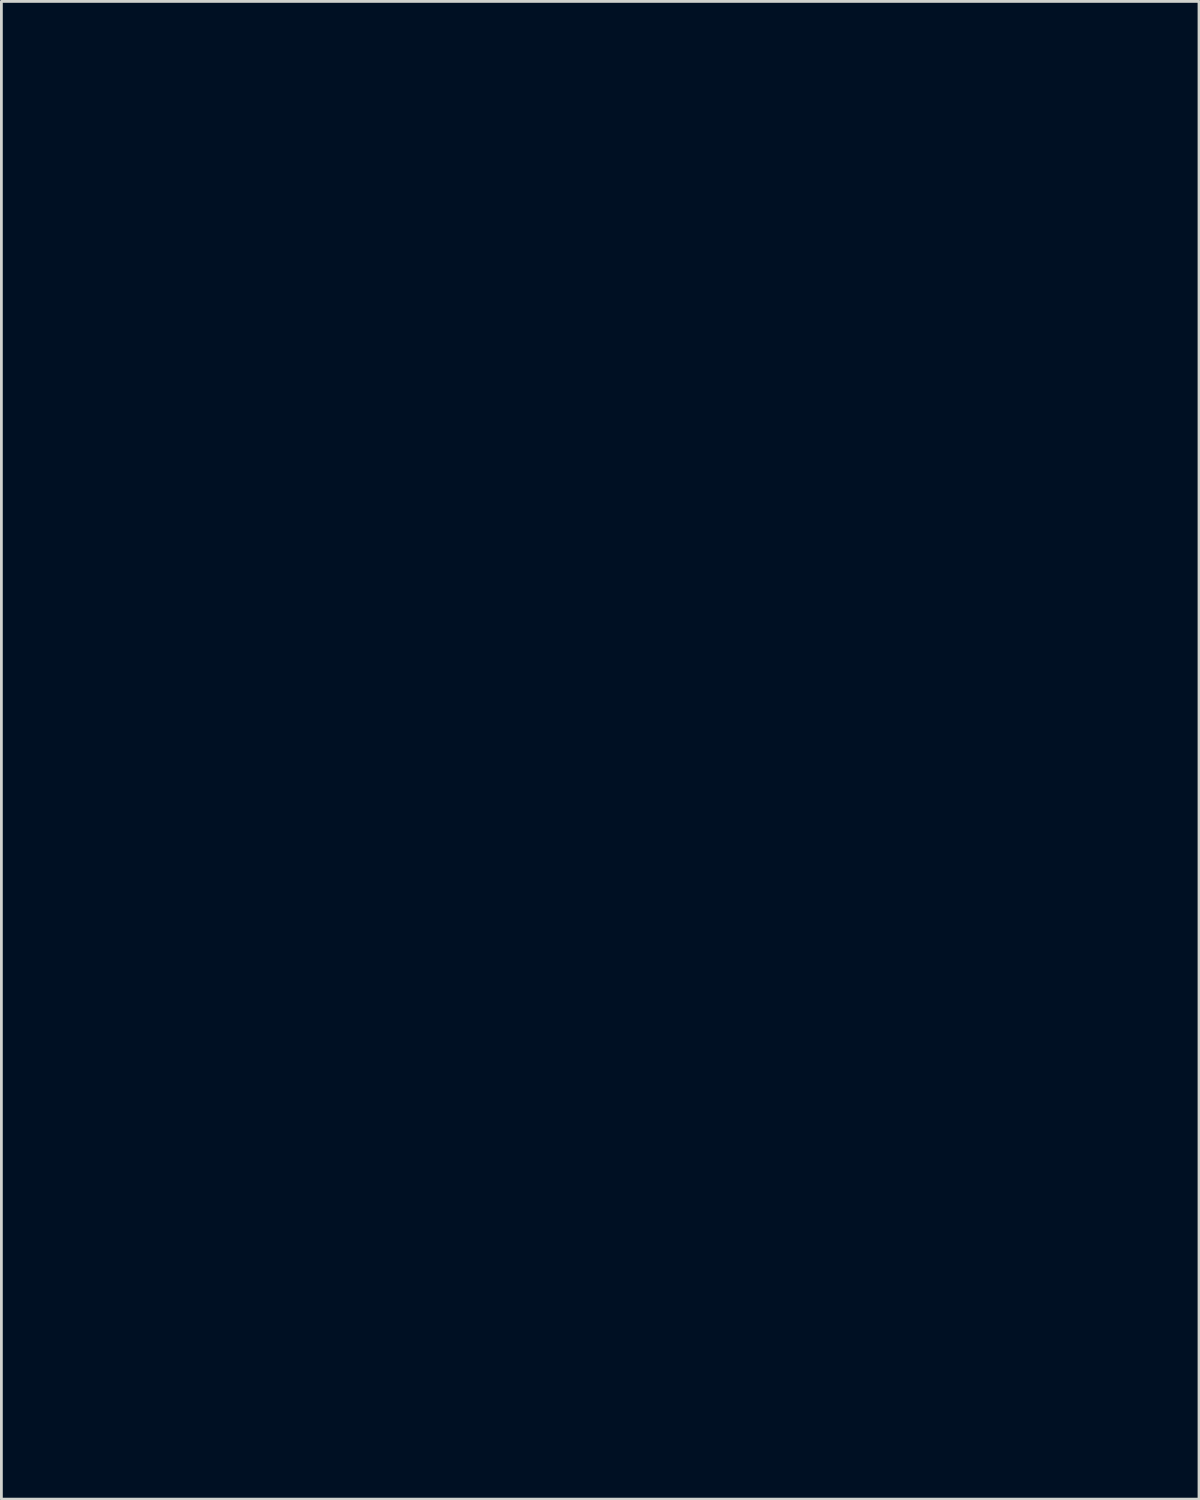
<source format=kicad_pcb>
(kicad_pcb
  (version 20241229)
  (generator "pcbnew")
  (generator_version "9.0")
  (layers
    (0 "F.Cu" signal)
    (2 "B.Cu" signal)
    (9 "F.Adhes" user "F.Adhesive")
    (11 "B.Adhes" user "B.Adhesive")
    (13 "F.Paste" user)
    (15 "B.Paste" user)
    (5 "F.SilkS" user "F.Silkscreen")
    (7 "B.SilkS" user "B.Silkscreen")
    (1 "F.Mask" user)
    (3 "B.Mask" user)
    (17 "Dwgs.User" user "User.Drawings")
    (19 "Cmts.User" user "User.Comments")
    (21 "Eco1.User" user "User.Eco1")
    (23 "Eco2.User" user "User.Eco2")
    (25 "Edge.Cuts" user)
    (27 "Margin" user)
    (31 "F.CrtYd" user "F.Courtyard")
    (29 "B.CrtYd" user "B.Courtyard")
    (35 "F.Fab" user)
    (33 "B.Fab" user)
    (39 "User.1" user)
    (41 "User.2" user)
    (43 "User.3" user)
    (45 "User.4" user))
  (footprint "large-rose"
    (layer "F.Cu")
    (at 19.182 23.245)
    (property "Reference" "large-rose" (at 0 0 0) (layer "F.Mask") (effects (font (size 1.524 1.524) (thickness 0.3))))
    (attr through_hole)
    (fp_poly (pts (xy -11.303 17.24) (xy -11.335 17.272) (xy -11.367 17.24) (xy -11.335 17.209) (xy -11.303 17.24)) (stroke (width 0.01) (type solid)) (fill yes) (layer "F.Mask"))
    (fp_poly (pts (xy -5.89 -15.725) (xy -5.746 -15.693) (xy -5.675 -15.685) (xy -5.587 -15.651) (xy -5.433 -15.563) (xy -5.279 -15.462) (xy -5.103 -15.346) (xy -4.971 -15.265) (xy -4.916 -15.24) (xy -4.844 -15.208) (xy -4.706 -15.125) (xy -4.613 -15.065) (xy -4.343 -14.903) (xy -4.011 -14.728) (xy -3.667 -14.566) (xy -3.361 -14.439) (xy -3.27 -14.407) (xy -3.096 -14.346) (xy -2.972 -14.294) (xy -2.953 -14.283) (xy -2.859 -14.247) (xy -2.685 -14.198) (xy -2.54 -14.164) (xy -2.321 -14.112) (xy -2.138 -14.062) (xy -2.064 -14.037) (xy -1.868 -13.973) (xy -1.64 -13.926) (xy -1.359 -13.896) (xy -1.005 -13.879) (xy -0.557 -13.876) (xy -0.207 -13.879) (xy 0.315 -13.89) (xy 0.727 -13.904) (xy 1.045 -13.923) (xy 1.286 -13.949) (xy 1.467 -13.982) (xy 1.603 -14.025) (xy 1.619 -14.032) (xy 1.829 -14.102) (xy 2.009 -14.129) (xy 2.129 -14.109) (xy 2.159 -14.064) (xy 2.132 -13.98) (xy 2.111 -13.97) (xy 2.05 -13.919) (xy 1.999 -13.832) (xy 1.895 -13.691) (xy 1.811 -13.626) (xy 1.66 -13.524) (xy 1.588 -13.462) (xy 1.434 -13.341) (xy 1.192 -13.202) (xy 1.095 -13.152) (xy 0.706 -12.982) (xy 0.342 -12.883) (xy 0.051 -12.845) (xy -0.164 -12.819) (xy -0.319 -12.787) (xy -0.381 -12.755) (xy -0.381 -12.754) (xy -0.437 -12.723) (xy -0.579 -12.705) (xy -0.764 -12.701) (xy -0.953 -12.71) (xy -1.104 -12.732) (xy -1.175 -12.764) (xy -1.259 -12.806) (xy -1.415 -12.828) (xy -1.448 -12.829) (xy -1.701 -12.849) (xy -1.991 -12.899) (xy -2.255 -12.967) (xy -2.381 -13.013) (xy -2.53 -13.078) (xy -2.711 -13.153) (xy -2.715 -13.155) (xy -2.852 -13.223) (xy -2.92 -13.281) (xy -2.921 -13.287) (xy -2.97 -13.333) (xy -2.991 -13.335) (xy -3.079 -13.375) (xy -3.24 -13.485) (xy -3.452 -13.647) (xy -3.696 -13.845) (xy -3.951 -14.064) (xy -4.179 -14.272) (xy -4.355 -14.431) (xy -4.499 -14.549) (xy -4.584 -14.603) (xy -4.591 -14.605) (xy -4.668 -14.647) (xy -4.788 -14.75) (xy -4.817 -14.78) (xy -5.036 -14.981) (xy -5.299 -15.188) (xy -5.554 -15.362) (xy -5.667 -15.426) (xy -5.79 -15.504) (xy -5.842 -15.568) (xy -5.842 -15.568) (xy -5.894 -15.615) (xy -5.937 -15.621) (xy -6.022 -15.659) (xy -6.032 -15.692) (xy -5.981 -15.735) (xy -5.89 -15.725)) (stroke (width 0.01) (type solid)) (fill yes) (layer "F.Mask"))
    (fp_poly (pts (xy 4.734 -23.237) (xy 5.032 -23.228) (xy 5.275 -23.215) (xy 5.437 -23.197) (xy 5.493 -23.177) (xy 5.578 -23.133) (xy 5.729 -23.114) (xy 5.735 -23.114) (xy 5.956 -23.092) (xy 6.227 -23.037) (xy 6.479 -22.964) (xy 6.54 -22.941) (xy 6.643 -22.912) (xy 6.836 -22.867) (xy 7.085 -22.814) (xy 7.207 -22.79) (xy 7.571 -22.718) (xy 7.831 -22.665) (xy 8.011 -22.626) (xy 8.133 -22.596) (xy 8.217 -22.569) (xy 8.287 -22.541) (xy 8.287 -22.541) (xy 8.428 -22.499) (xy 8.629 -22.461) (xy 8.7 -22.451) (xy 9.082 -22.4) (xy 9.343 -22.355) (xy 9.49 -22.315) (xy 9.525 -22.293) (xy 9.599 -22.261) (xy 9.763 -22.216) (xy 9.984 -22.168) (xy 10.001 -22.165) (xy 10.236 -22.115) (xy 10.43 -22.067) (xy 10.54 -22.03) (xy 10.541 -22.029) (xy 10.714 -21.953) (xy 10.901 -21.889) (xy 10.959 -21.873) (xy 11.043 -21.84) (xy 11.211 -21.764) (xy 11.436 -21.657) (xy 11.57 -21.592) (xy 11.872 -21.429) (xy 12.144 -21.255) (xy 12.366 -21.086) (xy 12.516 -20.938) (xy 12.573 -20.828) (xy 12.573 -20.825) (xy 12.613 -20.735) (xy 12.7 -20.623) (xy 12.794 -20.473) (xy 12.827 -20.34) (xy 12.846 -20.226) (xy 12.878 -20.193) (xy 12.934 -20.138) (xy 12.997 -20) (xy 13.05 -19.823) (xy 13.079 -19.649) (xy 13.081 -19.605) (xy 13.103 -19.466) (xy 13.145 -19.399) (xy 13.185 -19.316) (xy 13.207 -19.158) (xy 13.208 -19.113) (xy 13.223 -18.946) (xy 13.26 -18.839) (xy 13.271 -18.828) (xy 13.304 -18.748) (xy 13.327 -18.58) (xy 13.335 -18.383) (xy 13.326 -18.168) (xy 13.302 -18.006) (xy 13.271 -17.939) (xy 13.235 -17.857) (xy 13.212 -17.694) (xy 13.208 -17.586) (xy 13.196 -17.406) (xy 13.167 -17.292) (xy 13.145 -17.272) (xy 13.098 -17.217) (xy 13.081 -17.102) (xy 13.07 -16.969) (xy 13.033 -16.814) (xy 12.963 -16.619) (xy 12.853 -16.366) (xy 12.694 -16.038) (xy 12.484 -15.621) (xy 12.325 -15.31) (xy 12.182 -15.029) (xy 12.067 -14.803) (xy 11.993 -14.655) (xy 11.976 -14.621) (xy 11.906 -14.513) (xy 11.859 -14.478) (xy 11.813 -14.427) (xy 11.808 -14.399) (xy 11.768 -14.305) (xy 11.67 -14.163) (xy 11.618 -14.099) (xy 11.505 -13.956) (xy 11.438 -13.85) (xy 11.43 -13.825) (xy 11.39 -13.74) (xy 11.335 -13.675) (xy 11.249 -13.555) (xy 11.266 -13.479) (xy 11.336 -13.462) (xy 11.473 -13.434) (xy 11.542 -13.405) (xy 11.67 -13.353) (xy 11.86 -13.292) (xy 11.938 -13.27) (xy 12.252 -13.177) (xy 12.562 -13.069) (xy 12.841 -12.958) (xy 13.061 -12.855) (xy 13.193 -12.772) (xy 13.208 -12.757) (xy 13.283 -12.712) (xy 13.431 -12.65) (xy 13.478 -12.633) (xy 13.628 -12.569) (xy 13.711 -12.515) (xy 13.716 -12.504) (xy 13.768 -12.453) (xy 13.9 -12.374) (xy 13.986 -12.331) (xy 14.172 -12.222) (xy 14.399 -12.059) (xy 14.615 -11.88) (xy 14.792 -11.726) (xy 14.931 -11.611) (xy 15.008 -11.558) (xy 15.013 -11.557) (xy 15.077 -11.514) (xy 15.201 -11.403) (xy 15.361 -11.247) (xy 15.533 -11.073) (xy 15.692 -10.905) (xy 15.814 -10.768) (xy 15.873 -10.688) (xy 15.875 -10.68) (xy 15.917 -10.605) (xy 16.02 -10.49) (xy 16.037 -10.475) (xy 16.17 -10.326) (xy 16.317 -10.131) (xy 16.37 -10.051) (xy 16.477 -9.896) (xy 16.561 -9.797) (xy 16.589 -9.779) (xy 16.632 -9.728) (xy 16.637 -9.69) (xy 16.656 -9.601) (xy 16.718 -9.445) (xy 16.829 -9.207) (xy 16.962 -8.938) (xy 17.015 -8.733) (xy 17.016 -8.464) (xy 16.972 -8.182) (xy 16.886 -7.937) (xy 16.875 -7.915) (xy 16.76 -7.729) (xy 16.629 -7.554) (xy 16.509 -7.423) (xy 16.425 -7.366) (xy 16.421 -7.366) (xy 16.355 -7.333) (xy 16.219 -7.25) (xy 16.107 -7.176) (xy 15.925 -7.067) (xy 15.769 -6.997) (xy 15.707 -6.983) (xy 15.562 -6.944) (xy 15.472 -6.892) (xy 15.333 -6.823) (xy 15.141 -6.768) (xy 15.107 -6.762) (xy 14.951 -6.722) (xy 14.865 -6.675) (xy 14.859 -6.662) (xy 14.805 -6.618) (xy 14.704 -6.604) (xy 14.57 -6.581) (xy 14.51 -6.54) (xy 14.425 -6.496) (xy 14.273 -6.477) (xy 14.265 -6.477) (xy 14.103 -6.462) (xy 14 -6.426) (xy 13.999 -6.425) (xy 13.912 -6.382) (xy 13.739 -6.315) (xy 13.512 -6.237) (xy 13.462 -6.221) (xy 13.234 -6.145) (xy 13.056 -6.081) (xy 12.961 -6.04) (xy 12.954 -6.035) (xy 12.867 -5.976) (xy 12.71 -5.894) (xy 12.528 -5.808) (xy 12.367 -5.742) (xy 12.271 -5.715) (xy 12.271 -5.715) (xy 12.198 -5.675) (xy 12.192 -5.652) (xy 12.143 -5.591) (xy 12.121 -5.588) (xy 12.039 -5.55) (xy 11.894 -5.45) (xy 11.747 -5.334) (xy 11.582 -5.201) (xy 11.455 -5.109) (xy 11.4 -5.08) (xy 11.336 -5.038) (xy 11.215 -4.929) (xy 11.113 -4.826) (xy 10.971 -4.686) (xy 10.864 -4.594) (xy 10.826 -4.572) (xy 10.767 -4.531) (xy 10.633 -4.419) (xy 10.445 -4.252) (xy 10.22 -4.046) (xy 10.171 -4.001) (xy 9.937 -3.788) (xy 9.732 -3.611) (xy 9.575 -3.487) (xy 9.486 -3.431) (xy 9.478 -3.429) (xy 9.404 -3.389) (xy 9.398 -3.365) (xy 9.349 -3.304) (xy 9.331 -3.302) (xy 9.249 -3.269) (xy 9.094 -3.182) (xy 8.899 -3.059) (xy 8.879 -3.046) (xy 8.647 -2.904) (xy 8.417 -2.783) (xy 8.247 -2.713) (xy 8.093 -2.654) (xy 8.007 -2.601) (xy 8.001 -2.588) (xy 7.949 -2.545) (xy 7.905 -2.54) (xy 7.768 -2.511) (xy 7.699 -2.482) (xy 7.48 -2.376) (xy 7.237 -2.272) (xy 7.014 -2.187) (xy 6.857 -2.142) (xy 6.85 -2.14) (xy 6.633 -2.085) (xy 6.458 -2.006) (xy 6.36 -1.921) (xy 6.35 -1.889) (xy 6.303 -1.791) (xy 6.223 -1.714) (xy 6.125 -1.617) (xy 6.096 -1.55) (xy 6.052 -1.476) (xy 5.934 -1.337) (xy 5.762 -1.15) (xy 5.554 -0.936) (xy 5.33 -0.714) (xy 5.11 -0.503) (xy 4.914 -0.322) (xy 4.76 -0.191) (xy 4.669 -0.129) (xy 4.659 -0.127) (xy 4.58 -0.09) (xy 4.572 -0.064) (xy 4.521 -0.006) (xy 4.487 0) (xy 4.383 0.044) (xy 4.286 0.127) (xy 4.174 0.222) (xy 4.094 0.254) (xy 4.032 0.266) (xy 3.983 0.31) (xy 3.945 0.4) (xy 3.915 0.549) (xy 3.893 0.771) (xy 3.875 1.079) (xy 3.86 1.487) (xy 3.847 2.008) (xy 3.847 2.03) (xy 3.833 2.506) (xy 3.817 2.924) (xy 3.799 3.267) (xy 3.779 3.522) (xy 3.759 3.673) (xy 3.746 3.709) (xy 3.701 3.813) (xy 3.683 3.969) (xy 3.667 4.127) (xy 3.628 4.226) (xy 3.596 4.312) (xy 3.556 4.493) (xy 3.514 4.738) (xy 3.492 4.889) (xy 3.452 5.157) (xy 3.411 5.378) (xy 3.377 5.522) (xy 3.362 5.556) (xy 3.331 5.645) (xy 3.291 5.826) (xy 3.248 6.066) (xy 3.234 6.16) (xy 3.192 6.412) (xy 3.149 6.617) (xy 3.112 6.741) (xy 3.102 6.76) (xy 3.063 6.862) (xy 3.048 7.017) (xy 3.029 7.176) (xy 2.986 7.275) (xy 2.945 7.372) (xy 2.913 7.545) (xy 2.905 7.634) (xy 2.884 7.82) (xy 2.854 7.949) (xy 2.84 7.976) (xy 2.806 8.068) (xy 2.794 8.198) (xy 2.773 8.341) (xy 2.731 8.414) (xy 2.681 8.501) (xy 2.667 8.608) (xy 2.713 8.73) (xy 2.824 8.769) (xy 2.955 8.71) (xy 2.956 8.709) (xy 3.049 8.662) (xy 3.218 8.603) (xy 3.334 8.57) (xy 3.533 8.505) (xy 3.686 8.437) (xy 3.733 8.404) (xy 3.766 8.324) (xy 3.794 8.151) (xy 3.817 7.877) (xy 3.836 7.491) (xy 3.843 7.273) (xy 4.191 7.273) (xy 4.192 7.58) (xy 4.196 7.86) (xy 4.205 8.086) (xy 4.22 8.233) (xy 4.232 8.275) (xy 4.321 8.292) (xy 4.466 8.27) (xy 4.607 8.22) (xy 4.664 8.183) (xy 4.776 8.135) (xy 4.839 8.128) (xy 4.935 8.099) (xy 4.953 8.065) (xy 5.002 8.003) (xy 5.02 8.001) (xy 5.122 7.957) (xy 5.309 7.827) (xy 5.576 7.616) (xy 5.917 7.327) (xy 6.106 7.161) (xy 6.316 6.981) (xy 6.493 6.838) (xy 6.616 6.75) (xy 6.657 6.731) (xy 6.737 6.692) (xy 6.742 6.683) (xy 6.805 6.615) (xy 6.94 6.502) (xy 7.114 6.37) (xy 7.293 6.242) (xy 7.444 6.143) (xy 7.535 6.097) (xy 7.541 6.096) (xy 7.624 6.057) (xy 7.631 6.045) (xy 7.695 5.982) (xy 7.843 5.872) (xy 8.049 5.732) (xy 8.288 5.577) (xy 8.534 5.425) (xy 8.76 5.293) (xy 8.922 5.206) (xy 9.1 5.111) (xy 9.224 5.034) (xy 9.26 5.001) (xy 9.333 4.954) (xy 9.346 4.953) (xy 9.439 4.919) (xy 9.574 4.838) (xy 9.579 4.834) (xy 9.753 4.733) (xy 9.906 4.669) (xy 10.051 4.617) (xy 10.257 4.533) (xy 10.414 4.464) (xy 10.775 4.304) (xy 11.061 4.189) (xy 11.312 4.106) (xy 11.567 4.043) (xy 11.811 3.995) (xy 12.032 3.948) (xy 12.203 3.901) (xy 12.284 3.865) (xy 12.389 3.823) (xy 12.512 3.81) (xy 12.65 3.797) (xy 12.716 3.772) (xy 12.795 3.749) (xy 12.962 3.725) (xy 13.154 3.707) (xy 13.373 3.683) (xy 13.542 3.649) (xy 13.616 3.618) (xy 13.719 3.574) (xy 13.88 3.556) (xy 13.884 3.556) (xy 14.035 3.541) (xy 14.121 3.504) (xy 14.123 3.502) (xy 14.198 3.467) (xy 14.365 3.424) (xy 14.593 3.38) (xy 14.651 3.37) (xy 14.901 3.326) (xy 15.112 3.28) (xy 15.243 3.24) (xy 15.255 3.234) (xy 15.414 3.183) (xy 15.497 3.175) (xy 15.587 3.153) (xy 15.593 3.118) (xy 15.533 3.097) (xy 15.38 3.085) (xy 15.127 3.082) (xy 14.769 3.089) (xy 14.299 3.104) (xy 13.711 3.128) (xy 13.446 3.141) (xy 13.183 3.148) (xy 12.976 3.144) (xy 12.851 3.13) (xy 12.827 3.116) (xy 12.872 3.045) (xy 12.985 2.938) (xy 13.017 2.912) (xy 13.14 2.804) (xy 13.205 2.725) (xy 13.207 2.715) (xy 13.157 2.676) (xy 13.05 2.669) (xy 12.95 2.696) (xy 12.935 2.708) (xy 12.852 2.736) (xy 12.689 2.762) (xy 12.591 2.772) (xy 12.334 2.807) (xy 12.1 2.88) (xy 11.852 2.996) (xy 11.74 3.036) (xy 11.71 2.991) (xy 11.761 2.857) (xy 11.811 2.762) (xy 11.886 2.611) (xy 11.919 2.512) (xy 11.916 2.497) (xy 11.84 2.486) (xy 11.702 2.504) (xy 11.554 2.538) (xy 11.45 2.577) (xy 11.43 2.599) (xy 11.374 2.637) (xy 11.229 2.687) (xy 11.097 2.723) (xy 10.873 2.782) (xy 10.678 2.843) (xy 10.604 2.87) (xy 10.432 2.944) (xy 10.319 2.991) (xy 10.16 3.037) (xy 10.001 3.062) (xy 9.868 3.061) (xy 9.821 3.003) (xy 9.82 2.921) (xy 9.847 2.73) (xy 9.876 2.616) (xy 9.897 2.517) (xy 9.848 2.493) (xy 9.74 2.515) (xy 9.598 2.559) (xy 9.525 2.6) (xy 9.45 2.641) (xy 9.296 2.699) (xy 9.207 2.727) (xy 8.954 2.821) (xy 8.689 2.947) (xy 8.456 3.082) (xy 8.306 3.197) (xy 8.192 3.287) (xy 8.049 3.374) (xy 7.932 3.425) (xy 7.91 3.429) (xy 7.877 3.376) (xy 7.877 3.252) (xy 7.904 3.104) (xy 7.951 2.987) (xy 7.991 2.871) (xy 7.976 2.813) (xy 7.916 2.836) (xy 7.795 2.933) (xy 7.635 3.084) (xy 7.456 3.264) (xy 7.281 3.453) (xy 7.129 3.628) (xy 7.024 3.767) (xy 6.985 3.847) (xy 6.953 3.936) (xy 6.937 3.948) (xy 6.877 4.013) (xy 6.792 4.143) (xy 6.784 4.158) (xy 6.683 4.313) (xy 6.618 4.35) (xy 6.587 4.267) (xy 6.588 4.063) (xy 6.591 4.01) (xy 6.594 3.759) (xy 6.562 3.617) (xy 6.499 3.588) (xy 6.409 3.677) (xy 6.365 3.75) (xy 6.243 3.949) (xy 6.112 4.129) (xy 6.016 4.265) (xy 5.97 4.367) (xy 5.969 4.375) (xy 5.935 4.442) (xy 5.921 4.445) (xy 5.855 4.494) (xy 5.809 4.561) (xy 5.671 4.836) (xy 5.574 5.065) (xy 5.559 5.106) (xy 5.508 5.188) (xy 5.453 5.166) (xy 5.408 5.063) (xy 5.386 4.902) (xy 5.388 4.826) (xy 5.385 4.655) (xy 5.345 4.581) (xy 5.305 4.572) (xy 5.22 4.624) (xy 5.202 4.683) (xy 5.166 4.811) (xy 5.084 4.971) (xy 5.076 4.985) (xy 4.969 5.166) (xy 4.883 5.334) (xy 4.808 5.496) (xy 4.712 5.695) (xy 4.692 5.737) (xy 4.615 5.929) (xy 4.574 6.102) (xy 4.572 6.136) (xy 4.538 6.253) (xy 4.46 6.333) (xy 4.377 6.348) (xy 4.332 6.298) (xy 4.27 6.227) (xy 4.249 6.223) (xy 4.231 6.282) (xy 4.215 6.443) (xy 4.203 6.678) (xy 4.195 6.964) (xy 4.191 7.273) (xy 3.843 7.273) (xy 3.846 7.162) (xy 3.866 6.547) (xy 3.887 6.054) (xy 3.91 5.679) (xy 3.935 5.416) (xy 3.962 5.26) (xy 3.993 5.207) (xy 3.994 5.207) (xy 4.039 5.262) (xy 4.089 5.398) (xy 4.1 5.44) (xy 4.163 5.608) (xy 4.233 5.694) (xy 4.291 5.687) (xy 4.318 5.576) (xy 4.318 5.561) (xy 4.343 5.381) (xy 4.381 5.27) (xy 4.466 5.101) (xy 4.508 5.017) (xy 4.561 4.877) (xy 4.572 4.806) (xy 4.601 4.706) (xy 4.676 4.531) (xy 4.784 4.309) (xy 4.908 4.069) (xy 5.034 3.841) (xy 5.146 3.653) (xy 5.228 3.534) (xy 5.258 3.507) (xy 5.316 3.54) (xy 5.334 3.646) (xy 5.348 3.768) (xy 5.377 3.81) (xy 5.433 3.766) (xy 5.56 3.645) (xy 5.746 3.46) (xy 5.975 3.227) (xy 6.208 2.985) (xy 6.464 2.72) (xy 6.692 2.49) (xy 6.876 2.31) (xy 7.002 2.195) (xy 7.054 2.159) (xy 7.101 2.212) (xy 7.112 2.286) (xy 7.092 2.389) (xy 7.064 2.413) (xy 7.02 2.466) (xy 6.963 2.593) (xy 6.913 2.743) (xy 6.885 2.867) (xy 6.89 2.911) (xy 6.941 2.877) (xy 7.063 2.769) (xy 7.24 2.603) (xy 7.454 2.395) (xy 7.494 2.356) (xy 7.717 2.139) (xy 7.911 1.959) (xy 8.058 1.833) (xy 8.137 1.779) (xy 8.142 1.778) (xy 8.228 1.734) (xy 8.327 1.641) (xy 8.433 1.545) (xy 8.483 1.55) (xy 8.471 1.642) (xy 8.393 1.806) (xy 8.39 1.811) (xy 8.31 1.976) (xy 8.261 2.135) (xy 8.251 2.251) (xy 8.278 2.286) (xy 8.352 2.257) (xy 8.507 2.182) (xy 8.713 2.075) (xy 8.94 1.953) (xy 9.16 1.832) (xy 9.341 1.727) (xy 9.454 1.656) (xy 9.605 1.574) (xy 9.757 1.528) (xy 9.87 1.526) (xy 9.906 1.564) (xy 9.863 1.63) (xy 9.769 1.723) (xy 9.68 1.818) (xy 9.663 1.874) (xy 9.738 1.88) (xy 9.895 1.861) (xy 10.093 1.827) (xy 10.29 1.784) (xy 10.444 1.74) (xy 10.509 1.711) (xy 10.595 1.685) (xy 10.766 1.652) (xy 10.983 1.62) (xy 11.206 1.594) (xy 11.393 1.579) (xy 11.46 1.577) (xy 11.537 1.61) (xy 11.519 1.69) (xy 11.415 1.789) (xy 11.37 1.818) (xy 11.241 1.908) (xy 11.177 1.981) (xy 11.176 1.988) (xy 11.234 2.018) (xy 11.391 2.021) (xy 11.625 2.002) (xy 11.912 1.963) (xy 12.227 1.908) (xy 12.547 1.841) (xy 12.85 1.765) (xy 13.012 1.717) (xy 13.275 1.642) (xy 13.424 1.622) (xy 13.463 1.656) (xy 13.41 1.728) (xy 13.344 1.855) (xy 13.335 1.918) (xy 13.35 1.977) (xy 13.414 2.012) (xy 13.551 2.028) (xy 13.788 2.032) (xy 13.799 2.032) (xy 14.034 2.025) (xy 14.219 2.006) (xy 14.319 1.979) (xy 14.322 1.976) (xy 14.414 1.94) (xy 14.58 1.91) (xy 14.786 1.89) (xy 14.997 1.88) (xy 15.179 1.883) (xy 15.299 1.899) (xy 15.326 1.926) (xy 15.257 2.006) (xy 15.121 2.122) (xy 14.956 2.246) (xy 14.798 2.351) (xy 14.687 2.409) (xy 14.667 2.413) (xy 14.608 2.444) (xy 14.658 2.536) (xy 14.696 2.576) (xy 14.829 2.649) (xy 14.939 2.667) (xy 15.075 2.683) (xy 15.135 2.71) (xy 15.216 2.735) (xy 15.387 2.761) (xy 15.606 2.78) (xy 15.841 2.802) (xy 16.035 2.833) (xy 16.141 2.864) (xy 16.242 2.885) (xy 16.443 2.903) (xy 16.715 2.916) (xy 17.031 2.921) (xy 17.077 2.921) (xy 17.432 2.926) (xy 17.696 2.939) (xy 17.859 2.96) (xy 17.907 2.985) (xy 17.854 3.036) (xy 17.779 3.048) (xy 17.613 3.076) (xy 17.541 3.104) (xy 17.404 3.17) (xy 17.24 3.245) (xy 17.069 3.333) (xy 16.863 3.456) (xy 16.784 3.506) (xy 16.619 3.609) (xy 16.494 3.672) (xy 16.456 3.683) (xy 16.377 3.722) (xy 16.372 3.731) (xy 16.303 3.797) (xy 16.164 3.89) (xy 16.002 3.981) (xy 15.863 4.042) (xy 15.859 4.044) (xy 15.76 4.106) (xy 15.772 4.167) (xy 15.875 4.191) (xy 15.978 4.164) (xy 16.002 4.128) (xy 16.058 4.088) (xy 16.199 4.066) (xy 16.256 4.064) (xy 16.438 4.08) (xy 16.503 4.125) (xy 16.447 4.193) (xy 16.367 4.237) (xy 16.002 4.408) (xy 15.738 4.528) (xy 15.564 4.601) (xy 15.468 4.633) (xy 15.45 4.636) (xy 15.36 4.674) (xy 15.247 4.757) (xy 15.165 4.865) (xy 15.188 4.928) (xy 15.296 4.921) (xy 15.362 4.892) (xy 15.52 4.832) (xy 15.609 4.85) (xy 15.621 4.889) (xy 15.57 4.947) (xy 15.532 4.953) (xy 15.422 4.979) (xy 15.255 5.045) (xy 15.198 5.072) (xy 14.906 5.198) (xy 14.63 5.289) (xy 14.412 5.332) (xy 14.375 5.334) (xy 14.241 5.362) (xy 14.189 5.394) (xy 14.09 5.438) (xy 13.924 5.468) (xy 13.886 5.471) (xy 13.722 5.494) (xy 13.621 5.529) (xy 13.613 5.538) (xy 13.53 5.581) (xy 13.466 5.588) (xy 13.354 5.623) (xy 13.257 5.702) (xy 13.215 5.786) (xy 13.227 5.819) (xy 13.297 5.81) (xy 13.423 5.742) (xy 13.452 5.722) (xy 13.605 5.632) (xy 13.731 5.589) (xy 13.742 5.588) (xy 13.827 5.628) (xy 13.835 5.715) (xy 13.772 5.799) (xy 13.716 5.824) (xy 13.613 5.874) (xy 13.589 5.913) (xy 13.54 5.967) (xy 13.521 5.969) (xy 13.433 6.005) (xy 13.291 6.095) (xy 13.229 6.141) (xy 12.9 6.361) (xy 12.483 6.594) (xy 12.287 6.692) (xy 12.106 6.798) (xy 11.921 6.935) (xy 11.906 6.948) (xy 11.774 7.052) (xy 11.681 7.109) (xy 11.668 7.112) (xy 11.622 7.161) (xy 11.62 7.176) (xy 11.675 7.223) (xy 11.779 7.239) (xy 11.899 7.261) (xy 11.938 7.303) (xy 11.887 7.36) (xy 11.849 7.366) (xy 11.75 7.393) (xy 11.587 7.461) (xy 11.406 7.548) (xy 11.251 7.631) (xy 11.176 7.684) (xy 11.131 7.718) (xy 11.031 7.776) (xy 10.853 7.874) (xy 10.763 7.922) (xy 10.625 7.991) (xy 10.436 8.079) (xy 10.382 8.104) (xy 10.235 8.18) (xy 10.206 8.226) (xy 10.239 8.241) (xy 10.334 8.291) (xy 10.339 8.354) (xy 10.255 8.382) (xy 10.171 8.409) (xy 10.16 8.432) (xy 10.105 8.476) (xy 9.963 8.534) (xy 9.858 8.566) (xy 9.631 8.642) (xy 9.42 8.732) (xy 9.362 8.762) (xy 9.184 8.841) (xy 8.95 8.918) (xy 8.822 8.952) (xy 8.608 9.006) (xy 8.434 9.06) (xy 8.367 9.087) (xy 8.219 9.132) (xy 8.081 9.149) (xy 7.867 9.174) (xy 7.658 9.23) (xy 7.491 9.302) (xy 7.403 9.378) (xy 7.398 9.4) (xy 7.377 9.439) (xy 7.302 9.467) (xy 7.156 9.487) (xy 6.919 9.501) (xy 6.575 9.51) (xy 6.549 9.511) (xy 6.199 9.514) (xy 5.915 9.506) (xy 5.716 9.489) (xy 5.624 9.465) (xy 5.531 9.439) (xy 5.338 9.419) (xy 5.074 9.404) (xy 4.767 9.395) (xy 4.443 9.392) (xy 4.132 9.396) (xy 3.859 9.406) (xy 3.654 9.423) (xy 3.543 9.447) (xy 3.536 9.451) (xy 3.422 9.5) (xy 3.246 9.533) (xy 3.215 9.535) (xy 3.052 9.558) (xy 2.953 9.593) (xy 2.945 9.602) (xy 2.867 9.634) (xy 2.713 9.651) (xy 2.67 9.652) (xy 2.49 9.674) (xy 2.383 9.758) (xy 2.321 9.933) (xy 2.308 10.001) (xy 2.262 10.169) (xy 2.229 10.255) (xy 2.103 10.539) (xy 2.024 10.731) (xy 1.981 10.85) (xy 1.969 10.919) (xy 1.968 10.922) (xy 1.941 11.026) (xy 1.874 11.179) (xy 1.864 11.198) (xy 1.752 11.416) (xy 1.688 11.552) (xy 1.658 11.634) (xy 1.651 11.693) (xy 1.651 11.693) (xy 1.647 11.724) (xy 1.633 11.773) (xy 1.604 11.849) (xy 1.556 11.959) (xy 1.486 12.111) (xy 1.389 12.316) (xy 1.261 12.58) (xy 1.098 12.913) (xy 0.897 13.324) (xy 0.651 13.819) (xy 0.359 14.409) (xy 0.016 15.101) (xy -0.103 15.339) (xy -0.381 15.902) (xy -0.641 16.432) (xy -0.878 16.918) (xy -1.086 17.349) (xy -1.26 17.715) (xy -1.394 18.002) (xy -1.484 18.202) (xy -1.523 18.301) (xy -1.524 18.308) (xy -1.55 18.4) (xy -1.577 18.415) (xy -1.628 18.469) (xy -1.692 18.606) (xy -1.714 18.669) (xy -1.776 18.826) (xy -1.831 18.915) (xy -1.845 18.923) (xy -1.892 18.977) (xy -1.935 19.098) (xy -1.991 19.278) (xy -2.069 19.481) (xy -2.075 19.494) (xy -2.186 19.755) (xy -2.269 19.967) (xy -2.349 20.193) (xy -2.425 20.393) (xy -2.504 20.569) (xy -2.507 20.574) (xy -2.578 20.751) (xy -2.635 20.954) (xy -2.635 20.955) (xy -2.679 21.122) (xy -2.723 21.234) (xy -2.727 21.241) (xy -2.764 21.333) (xy -2.812 21.509) (xy -2.852 21.685) (xy -2.905 21.908) (xy -2.957 22.092) (xy -2.99 22.177) (xy -3.04 22.336) (xy -3.048 22.416) (xy -3.077 22.582) (xy -3.107 22.654) (xy -3.15 22.785) (xy -3.196 23.003) (xy -3.24 23.272) (xy -3.276 23.553) (xy -3.298 23.808) (xy -3.302 23.932) (xy -3.317 24.102) (xy -3.353 24.212) (xy -3.365 24.225) (xy -3.411 24.311) (xy -3.429 24.454) (xy -3.429 24.643) (xy -4.732 24.633) (xy -5.125 24.627) (xy -5.475 24.618) (xy -5.761 24.604) (xy -5.963 24.589) (xy -6.062 24.571) (xy -6.069 24.567) (xy -6.151 24.527) (xy -6.29 24.511) (xy -6.422 24.492) (xy -6.477 24.448) (xy -6.435 24.386) (xy -6.422 24.384) (xy -6.375 24.328) (xy -6.317 24.186) (xy -6.285 24.082) (xy -6.227 23.894) (xy -6.172 23.756) (xy -6.15 23.72) (xy -6.117 23.638) (xy -5.363 23.638) (xy -5.292 23.71) (xy -5.144 23.807) (xy -5.031 23.867) (xy -4.824 23.972) (xy -4.638 24.068) (xy -4.572 24.103) (xy -4.425 24.175) (xy -4.334 24.178) (xy -4.246 24.112) (xy -4.227 24.094) (xy -4.136 23.955) (xy -4.087 23.824) (xy -4.04 23.674) (xy -4 23.59) (xy -3.961 23.488) (xy -3.917 23.298) (xy -3.874 23.057) (xy -3.838 22.804) (xy -3.815 22.577) (xy -3.81 22.462) (xy -3.794 22.3) (xy -3.754 22.2) (xy -3.747 22.193) (xy -3.708 22.111) (xy -3.685 21.95) (xy -3.683 21.877) (xy -3.671 21.704) (xy -3.64 21.595) (xy -3.625 21.579) (xy -3.586 21.509) (xy -3.552 21.354) (xy -3.539 21.241) (xy -3.51 20.994) (xy -3.461 20.794) (xy -3.373 20.564) (xy -3.364 20.542) (xy -3.304 20.377) (xy -3.267 20.256) (xy -3.2 20.054) (xy -3.101 19.806) (xy -2.998 19.581) (xy -2.979 19.543) (xy -2.93 19.414) (xy -2.921 19.36) (xy -2.894 19.277) (xy -2.821 19.108) (xy -2.715 18.879) (xy -2.589 18.613) (xy -2.454 18.338) (xy -2.324 18.079) (xy -2.21 17.86) (xy -2.126 17.709) (xy -2.085 17.651) (xy -2.043 17.586) (xy -1.957 17.428) (xy -1.836 17.197) (xy -1.691 16.915) (xy -1.533 16.603) (xy -1.372 16.281) (xy -1.218 15.97) (xy -1.083 15.692) (xy -0.976 15.467) (xy -0.908 15.317) (xy -0.889 15.263) (xy -0.863 15.187) (xy -0.792 15.022) (xy -0.687 14.792) (xy -0.56 14.521) (xy -0.423 14.234) (xy -0.286 13.955) (xy -0.25 13.885) (xy -0.174 13.719) (xy -0.131 13.597) (xy -0.127 13.573) (xy -0.102 13.484) (xy -0.037 13.319) (xy 0.038 13.151) (xy 0.199 12.801) (xy 0.315 12.544) (xy 0.394 12.36) (xy 0.446 12.226) (xy 0.478 12.129) (xy 0.527 11.997) (xy 0.564 11.938) (xy 0.647 11.829) (xy 0.724 11.67) (xy 0.762 11.533) (xy 0.762 11.525) (xy 0.791 11.387) (xy 0.82 11.318) (xy 0.922 11.108) (xy 1.009 10.897) (xy 1.067 10.728) (xy 1.079 10.657) (xy 1.113 10.537) (xy 1.163 10.444) (xy 1.232 10.306) (xy 1.305 10.109) (xy 1.329 10.033) (xy 1.41 9.788) (xy 1.506 9.542) (xy 1.527 9.493) (xy 1.621 9.261) (xy 1.704 9.019) (xy 1.714 8.985) (xy 1.759 8.839) (xy 4.331 8.839) (xy 4.42 8.891) (xy 4.493 8.908) (xy 4.614 8.918) (xy 4.837 8.927) (xy 5.135 8.935) (xy 5.481 8.941) (xy 5.707 8.944) (xy 6.091 8.947) (xy 6.366 8.946) (xy 6.549 8.94) (xy 6.657 8.926) (xy 6.708 8.902) (xy 6.72 8.866) (xy 6.713 8.827) (xy 6.716 8.702) (xy 6.782 8.648) (xy 6.873 8.689) (xy 6.986 8.722) (xy 7.045 8.701) (xy 7.155 8.673) (xy 7.354 8.648) (xy 7.604 8.631) (xy 7.675 8.628) (xy 7.92 8.614) (xy 8.112 8.592) (xy 8.22 8.567) (xy 8.231 8.559) (xy 8.311 8.523) (xy 8.449 8.509) (xy 8.581 8.49) (xy 8.636 8.445) (xy 8.689 8.394) (xy 8.767 8.382) (xy 8.855 8.357) (xy 8.856 8.315) (xy 8.765 8.262) (xy 8.71 8.259) (xy 8.503 8.262) (xy 8.394 8.223) (xy 8.382 8.191) (xy 8.435 8.138) (xy 8.498 8.128) (xy 8.622 8.104) (xy 8.662 8.08) (xy 8.743 8.033) (xy 8.752 8.032) (xy 8.84 8.009) (xy 8.995 7.955) (xy 9.17 7.887) (xy 9.314 7.824) (xy 9.338 7.813) (xy 9.452 7.771) (xy 9.642 7.718) (xy 9.798 7.681) (xy 9.992 7.629) (xy 10.123 7.578) (xy 10.16 7.546) (xy 10.213 7.503) (xy 10.283 7.493) (xy 10.405 7.464) (xy 10.446 7.429) (xy 10.423 7.382) (xy 10.322 7.366) (xy 10.201 7.352) (xy 10.16 7.325) (xy 10.211 7.249) (xy 10.327 7.168) (xy 10.452 7.118) (xy 10.481 7.114) (xy 10.602 7.072) (xy 10.704 7) (xy 10.852 6.889) (xy 11.012 6.794) (xy 11.23 6.681) (xy 11.356 6.609) (xy 11.415 6.562) (xy 11.43 6.526) (xy 11.43 6.525) (xy 11.481 6.481) (xy 11.515 6.477) (xy 11.619 6.433) (xy 11.716 6.35) (xy 11.825 6.255) (xy 11.9 6.223) (xy 12.001 6.186) (xy 12.125 6.099) (xy 12.235 5.993) (xy 12.297 5.902) (xy 12.294 5.864) (xy 12.228 5.86) (xy 12.21 5.89) (xy 12.14 5.942) (xy 12.014 5.967) (xy 11.887 5.96) (xy 11.814 5.92) (xy 11.811 5.905) (xy 11.861 5.845) (xy 11.884 5.842) (xy 11.958 5.816) (xy 12.123 5.744) (xy 12.357 5.638) (xy 12.638 5.508) (xy 12.944 5.364) (xy 13.252 5.217) (xy 13.54 5.077) (xy 13.785 4.955) (xy 13.922 4.884) (xy 14.064 4.834) (xy 14.128 4.826) (xy 14.213 4.792) (xy 14.224 4.763) (xy 14.278 4.715) (xy 14.383 4.699) (xy 14.502 4.677) (xy 14.541 4.636) (xy 14.486 4.592) (xy 14.351 4.571) (xy 14.335 4.571) (xy 14.129 4.569) (xy 14.206 4.508) (xy 14.637 4.508) (xy 14.656 4.558) (xy 14.728 4.572) (xy 14.833 4.546) (xy 14.859 4.508) (xy 14.808 4.452) (xy 14.767 4.445) (xy 14.659 4.484) (xy 14.637 4.508) (xy 14.206 4.508) (xy 14.287 4.445) (xy 14.423 4.357) (xy 14.526 4.319) (xy 14.599 4.278) (xy 14.605 4.255) (xy 14.653 4.193) (xy 14.669 4.191) (xy 14.754 4.156) (xy 14.908 4.065) (xy 15.097 3.942) (xy 15.289 3.807) (xy 15.453 3.682) (xy 15.555 3.591) (xy 15.559 3.586) (xy 15.608 3.482) (xy 15.56 3.436) (xy 15.444 3.47) (xy 15.428 3.479) (xy 15.262 3.543) (xy 15.158 3.556) (xy 15.017 3.579) (xy 14.951 3.613) (xy 14.853 3.658) (xy 14.686 3.698) (xy 14.637 3.706) (xy 14.311 3.76) (xy 14.071 3.818) (xy 13.938 3.873) (xy 13.849 3.904) (xy 13.669 3.946) (xy 13.434 3.991) (xy 13.381 4.001) (xy 13.144 4.046) (xy 12.959 4.092) (xy 12.86 4.13) (xy 12.853 4.137) (xy 12.772 4.176) (xy 12.636 4.191) (xy 12.494 4.207) (xy 12.422 4.241) (xy 12.345 4.278) (xy 12.191 4.304) (xy 12.149 4.308) (xy 11.976 4.333) (xy 11.858 4.375) (xy 11.846 4.385) (xy 11.741 4.431) (xy 11.62 4.445) (xy 11.473 4.464) (xy 11.395 4.499) (xy 11.302 4.546) (xy 11.133 4.605) (xy 11.024 4.637) (xy 10.782 4.712) (xy 10.505 4.813) (xy 10.357 4.872) (xy 10.147 4.96) (xy 9.972 5.029) (xy 9.89 5.059) (xy 9.796 5.115) (xy 9.779 5.151) (xy 9.729 5.205) (xy 9.7 5.21) (xy 9.606 5.25) (xy 9.464 5.348) (xy 9.4 5.4) (xy 9.254 5.514) (xy 9.141 5.58) (xy 9.113 5.588) (xy 9.027 5.634) (xy 8.954 5.715) (xy 8.858 5.813) (xy 8.794 5.842) (xy 8.709 5.88) (xy 8.572 5.977) (xy 8.507 6.03) (xy 8.151 6.332) (xy 7.847 6.587) (xy 7.605 6.786) (xy 7.435 6.92) (xy 7.347 6.982) (xy 7.339 6.985) (xy 7.274 7.023) (xy 7.156 7.118) (xy 7.129 7.142) (xy 6.91 7.33) (xy 6.682 7.515) (xy 6.469 7.679) (xy 6.295 7.802) (xy 6.185 7.868) (xy 6.164 7.874) (xy 6.099 7.92) (xy 6.096 7.938) (xy 6.047 7.998) (xy 6.026 8.001) (xy 5.936 8.034) (xy 5.785 8.118) (xy 5.692 8.178) (xy 5.467 8.317) (xy 5.221 8.448) (xy 4.99 8.556) (xy 4.809 8.622) (xy 4.735 8.636) (xy 4.627 8.674) (xy 4.604 8.7) (xy 4.514 8.753) (xy 4.441 8.763) (xy 4.334 8.787) (xy 4.331 8.839) (xy 1.759 8.839) (xy 1.774 8.79) (xy 1.831 8.629) (xy 1.841 8.604) (xy 1.886 8.472) (xy 1.94 8.269) (xy 1.974 8.128) (xy 2.025 7.917) (xy 2.075 7.748) (xy 2.099 7.684) (xy 2.159 7.536) (xy 2.222 7.34) (xy 2.276 7.136) (xy 2.312 6.963) (xy 2.319 6.863) (xy 2.316 6.856) (xy 2.328 6.78) (xy 2.348 6.763) (xy 2.396 6.676) (xy 2.413 6.549) (xy 2.434 6.398) (xy 2.474 6.314) (xy 2.509 6.228) (xy 2.552 6.047) (xy 2.595 5.803) (xy 2.615 5.667) (xy 2.655 5.412) (xy 2.695 5.213) (xy 2.73 5.098) (xy 2.745 5.08) (xy 2.777 5.024) (xy 2.794 4.887) (xy 2.794 4.861) (xy 2.808 4.705) (xy 2.844 4.613) (xy 2.849 4.609) (xy 2.886 4.529) (xy 2.909 4.375) (xy 2.911 4.335) (xy 2.954 3.766) (xy 3.047 3.111) (xy 3.108 2.704) (xy 3.158 2.284) (xy 3.195 1.868) (xy 3.22 1.476) (xy 3.231 1.126) (xy 3.227 0.838) (xy 3.209 0.629) (xy 3.174 0.52) (xy 3.154 0.508) (xy 3.046 0.536) (xy 3.027 0.55) (xy 2.942 0.578) (xy 2.78 0.596) (xy 2.715 0.598) (xy 2.545 0.607) (xy 2.464 0.649) (xy 2.433 0.756) (xy 2.424 0.851) (xy 2.429 1.025) (xy 2.466 1.134) (xy 2.478 1.144) (xy 2.507 1.222) (xy 2.529 1.398) (xy 2.545 1.645) (xy 2.554 1.938) (xy 2.557 2.249) (xy 2.553 2.552) (xy 2.542 2.82) (xy 2.524 3.026) (xy 2.498 3.144) (xy 2.485 3.162) (xy 2.438 3.234) (xy 2.414 3.384) (xy 2.413 3.424) (xy 2.403 3.589) (xy 2.379 3.694) (xy 2.372 3.702) (xy 2.343 3.785) (xy 2.316 3.948) (xy 2.306 4.046) (xy 2.278 4.238) (xy 2.239 4.377) (xy 2.219 4.41) (xy 2.175 4.514) (xy 2.159 4.648) (xy 2.143 4.776) (xy 2.106 4.826) (xy 2.073 4.884) (xy 2.031 5.04) (xy 1.987 5.265) (xy 1.967 5.382) (xy 1.925 5.633) (xy 1.885 5.833) (xy 1.852 5.951) (xy 1.842 5.969) (xy 1.812 6.043) (xy 1.771 6.208) (xy 1.726 6.429) (xy 1.724 6.445) (xy 1.63 6.902) (xy 1.53 7.254) (xy 1.453 7.445) (xy 1.41 7.591) (xy 1.397 7.733) (xy 1.379 7.886) (xy 1.344 7.972) (xy 1.301 8.059) (xy 1.237 8.233) (xy 1.163 8.461) (xy 1.149 8.509) (xy 1.074 8.755) (xy 1.006 8.966) (xy 0.959 9.101) (xy 0.954 9.112) (xy 0.842 9.399) (xy 0.788 9.586) (xy 0.735 9.743) (xy 0.628 9.982) (xy 0.564 10.112) (xy 0.516 10.251) (xy 0.508 10.312) (xy 0.489 10.401) (xy 0.428 10.556) (xy 0.317 10.793) (xy 0.183 11.064) (xy 0.134 11.224) (xy 0.127 11.302) (xy 0.107 11.406) (xy 0.079 11.43) (xy 0.02 11.488) (xy -0.067 11.652) (xy -0.174 11.906) (xy -0.223 12.033) (xy -0.309 12.249) (xy -0.427 12.52) (xy -0.588 12.864) (xy -0.769 13.242) (xy -0.879 13.478) (xy -0.964 13.672) (xy -1.011 13.796) (xy -1.016 13.821) (xy -1.042 13.909) (xy -1.111 14.074) (xy -1.2 14.263) (xy -1.27 14.407) (xy -1.39 14.65) (xy -1.549 14.974) (xy -1.741 15.365) (xy -1.958 15.806) (xy -2.192 16.281) (xy -2.399 16.701) (xy -2.636 17.184) (xy -2.858 17.639) (xy -3.057 18.053) (xy -3.227 18.409) (xy -3.361 18.694) (xy -3.452 18.892) (xy -3.492 18.986) (xy -3.571 19.195) (xy -3.667 19.423) (xy -3.685 19.463) (xy -3.783 19.696) (xy -3.871 19.937) (xy -3.882 19.971) (xy -3.943 20.145) (xy -3.994 20.269) (xy -4.005 20.288) (xy -4.049 20.392) (xy -4.092 20.542) (xy -4.166 20.779) (xy -4.277 21.058) (xy -4.387 21.288) (xy -4.437 21.431) (xy -4.445 21.495) (xy -4.474 21.633) (xy -4.503 21.702) (xy -4.6 21.908) (xy -4.704 22.159) (xy -4.786 22.383) (xy -4.796 22.416) (xy -4.845 22.547) (xy -4.882 22.606) (xy -4.946 22.692) (xy -5.037 22.855) (xy -5.139 23.061) (xy -5.238 23.276) (xy -5.317 23.467) (xy -5.36 23.6) (xy -5.363 23.638) (xy -6.117 23.638) (xy -6.106 23.613) (xy -6.096 23.518) (xy -6.071 23.388) (xy -6.032 23.336) (xy -5.983 23.249) (xy -5.969 23.141) (xy -5.939 22.957) (xy -5.896 22.843) (xy -5.802 22.654) (xy -5.741 22.5) (xy -5.694 22.326) (xy -5.648 22.107) (xy -5.6 21.904) (xy -5.551 21.763) (xy -5.516 21.717) (xy -5.474 21.663) (xy -5.461 21.562) (xy -5.438 21.428) (xy -5.397 21.368) (xy -5.346 21.279) (xy -5.333 21.189) (xy -5.293 21.04) (xy -5.207 20.892) (xy -5.118 20.747) (xy -5.081 20.628) (xy -5.054 20.507) (xy -4.986 20.334) (xy -4.96 20.278) (xy -4.705 19.76) (xy -4.5 19.334) (xy -4.344 19.005) (xy -4.242 18.777) (xy -4.194 18.656) (xy -4.191 18.64) (xy -4.165 18.563) (xy -4.092 18.396) (xy -3.986 18.164) (xy -3.855 17.891) (xy -3.849 17.878) (xy -3.693 17.558) (xy -3.502 17.166) (xy -3.299 16.749) (xy -3.104 16.349) (xy -3.055 16.25) (xy -2.903 15.935) (xy -2.773 15.661) (xy -2.674 15.448) (xy -2.615 15.315) (xy -2.603 15.281) (xy -2.654 15.244) (xy -2.787 15.262) (xy -2.979 15.325) (xy -3.204 15.423) (xy -3.437 15.546) (xy -3.654 15.682) (xy -3.758 15.76) (xy -3.924 15.889) (xy -4.054 15.977) (xy -4.109 16.002) (xy -4.184 16.048) (xy -4.255 16.129) (xy -4.359 16.228) (xy -4.435 16.256) (xy -4.533 16.295) (xy -4.679 16.395) (xy -4.761 16.462) (xy -4.982 16.653) (xy -5.142 16.781) (xy -5.276 16.87) (xy -5.417 16.946) (xy -5.474 16.973) (xy -5.632 17.058) (xy -5.734 17.13) (xy -5.747 17.145) (xy -5.824 17.21) (xy -5.969 17.292) (xy -6.004 17.309) (xy -6.167 17.372) (xy -6.271 17.366) (xy -6.317 17.337) (xy -6.412 17.295) (xy -6.508 17.357) (xy -6.62 17.428) (xy -6.809 17.509) (xy -6.986 17.568) (xy -7.184 17.634) (xy -7.321 17.692) (xy -7.366 17.726) (xy -7.424 17.757) (xy -7.577 17.797) (xy -7.795 17.84) (xy -7.844 17.848) (xy -8.077 17.891) (xy -8.257 17.936) (xy -8.351 17.974) (xy -8.356 17.98) (xy -8.437 18.019) (xy -8.572 18.034) (xy -8.718 18.054) (xy -8.795 18.098) (xy -8.872 18.163) (xy -8.925 18.125) (xy -8.919 18.024) (xy -8.901 17.928) (xy -8.958 17.924) (xy -8.994 17.939) (xy -9.125 17.978) (xy -9.324 18.021) (xy -9.43 18.039) (xy -9.651 18.075) (xy -9.844 18.11) (xy -9.906 18.122) (xy -10.22 18.175) (xy -10.449 18.189) (xy -10.579 18.162) (xy -10.604 18.123) (xy -10.631 18.08) (xy -10.724 18.053) (xy -10.903 18.038) (xy -11.189 18.034) (xy -11.204 18.034) (xy -11.469 18.04) (xy -11.683 18.057) (xy -11.816 18.082) (xy -11.843 18.098) (xy -11.926 18.132) (xy -12.098 18.153) (xy -12.324 18.159) (xy -12.566 18.152) (xy -12.787 18.132) (xy -12.952 18.099) (xy -12.984 18.087) (xy -13.126 18.044) (xy -13.218 18.082) (xy -13.222 18.087) (xy -13.34 18.144) (xy -13.462 18.161) (xy -13.61 18.18) (xy -13.687 18.213) (xy -13.781 18.261) (xy -13.949 18.321) (xy -14.034 18.347) (xy -14.231 18.408) (xy -14.391 18.467) (xy -14.43 18.485) (xy -14.523 18.507) (xy -14.535 18.453) (xy -14.465 18.349) (xy -14.446 18.329) (xy -14.361 18.222) (xy -14.385 18.171) (xy -14.478 18.161) (xy -14.581 18.188) (xy -14.605 18.224) (xy -14.661 18.265) (xy -14.802 18.287) (xy -14.855 18.288) (xy -15.024 18.303) (xy -15.133 18.339) (xy -15.145 18.352) (xy -15.227 18.39) (xy -15.388 18.413) (xy -15.466 18.415) (xy -15.635 18.402) (xy -15.736 18.37) (xy -15.748 18.352) (xy -15.695 18.299) (xy -15.625 18.288) (xy -15.503 18.259) (xy -15.462 18.224) (xy -15.375 18.175) (xy -15.268 18.161) (xy -15.15 18.139) (xy -15.113 18.098) (xy -15.166 18.052) (xy -15.288 18.036) (xy -15.427 18.049) (xy -15.527 18.092) (xy -15.529 18.094) (xy -15.616 18.123) (xy -15.797 18.148) (xy -16.04 18.165) (xy -16.148 18.169) (xy -16.402 18.182) (xy -16.603 18.202) (xy -16.722 18.226) (xy -16.74 18.236) (xy -16.82 18.274) (xy -16.953 18.288) (xy -17.092 18.311) (xy -17.159 18.363) (xy -17.223 18.403) (xy -17.263 18.389) (xy -17.298 18.314) (xy -17.249 18.226) (xy -17.147 18.167) (xy -17.099 18.161) (xy -17.03 18.141) (xy -16.914 18.074) (xy -16.766 17.969) (xy -12.922 17.969) (xy -12.908 18.025) (xy -12.862 18.034) (xy -12.775 18.019) (xy -12.764 18.006) (xy -12.81 17.947) (xy -12.894 17.945) (xy -12.922 17.969) (xy -16.766 17.969) (xy -16.74 17.951) (xy -16.598 17.843) (xy -14.224 17.843) (xy -14.202 17.905) (xy -14.196 17.907) (xy -14.142 17.863) (xy -14.129 17.843) (xy -12.668 17.843) (xy -12.654 17.898) (xy -12.608 17.907) (xy -12.522 17.874) (xy -12.509 17.843) (xy -12.555 17.782) (xy -12.569 17.78) (xy -12.655 17.826) (xy -12.668 17.843) (xy -14.129 17.843) (xy -14.134 17.785) (xy -14.157 17.78) (xy -14.221 17.826) (xy -14.224 17.843) (xy -16.598 17.843) (xy -16.494 17.764) (xy -16.25 17.572) (xy -15.303 17.572) (xy -15.257 17.582) (xy -15.106 17.585) (xy -14.873 17.581) (xy -14.582 17.571) (xy -14.541 17.569) (xy -14.213 17.556) (xy -13.995 17.552) (xy -13.873 17.56) (xy -13.831 17.579) (xy -13.854 17.612) (xy -13.859 17.616) (xy -13.957 17.713) (xy -13.946 17.766) (xy -13.829 17.759) (xy -13.827 17.759) (xy -13.698 17.729) (xy -13.486 17.684) (xy -13.232 17.632) (xy -13.176 17.621) (xy -12.909 17.565) (xy -12.665 17.51) (xy -12.492 17.465) (xy -12.473 17.46) (xy -12.276 17.415) (xy -12.112 17.399) (xy -11.973 17.377) (xy -11.906 17.335) (xy -11.822 17.293) (xy -11.667 17.272) (xy -11.644 17.272) (xy -11.498 17.281) (xy -11.449 17.323) (xy -11.463 17.404) (xy -11.477 17.466) (xy -11.456 17.503) (xy -11.376 17.518) (xy -11.215 17.516) (xy -10.95 17.502) (xy -10.944 17.501) (xy -10.439 17.467) (xy -10.052 17.433) (xy -9.776 17.399) (xy -9.6 17.362) (xy -9.518 17.322) (xy -9.513 17.315) (xy -9.455 17.263) (xy -9.425 17.303) (xy -9.435 17.399) (xy -9.462 17.463) (xy -9.504 17.562) (xy -9.46 17.578) (xy -9.388 17.56) (xy -9.211 17.503) (xy -9.112 17.466) (xy -8.973 17.417) (xy -8.776 17.357) (xy -8.7 17.335) (xy -7.874 17.335) (xy -7.826 17.397) (xy -7.811 17.399) (xy -7.749 17.351) (xy -7.747 17.335) (xy -7.795 17.274) (xy -7.811 17.272) (xy -7.872 17.32) (xy -7.874 17.335) (xy -8.7 17.335) (xy -8.7 17.335) (xy -8.479 17.274) (xy -8.278 17.215) (xy -8.23 17.201) (xy -8.041 17.159) (xy -7.896 17.145) (xy -7.782 17.122) (xy -7.747 17.081) (xy -7.696 17.025) (xy -7.652 17.018) (xy -7.565 17.051) (xy -7.585 17.139) (xy -7.633 17.196) (xy -7.667 17.259) (xy -7.604 17.276) (xy -7.466 17.253) (xy -7.27 17.193) (xy -7.038 17.103) (xy -6.79 16.987) (xy -6.716 16.949) (xy -6.583 16.899) (xy -6.525 16.891) (xy -6.433 16.85) (xy -6.296 16.748) (xy -6.242 16.7) (xy -6.092 16.566) (xy -6.009 16.52) (xy -5.975 16.557) (xy -5.969 16.637) (xy -5.942 16.74) (xy -5.905 16.764) (xy -5.844 16.716) (xy -5.842 16.701) (xy -5.792 16.642) (xy -5.759 16.637) (xy -5.655 16.597) (xy -5.539 16.51) (xy -5.424 16.418) (xy -5.35 16.383) (xy -5.274 16.345) (xy -5.143 16.249) (xy -5.078 16.195) (xy -4.928 16.081) (xy -4.809 16.013) (xy -4.778 16.005) (xy -4.705 15.962) (xy -4.699 15.938) (xy -4.649 15.879) (xy -4.62 15.875) (xy -4.528 15.834) (xy -4.391 15.732) (xy -4.337 15.684) (xy -4.199 15.568) (xy -4.091 15.5) (xy -4.067 15.494) (xy -4.004 15.445) (xy -4 15.423) (xy -4.054 15.381) (xy -4.175 15.396) (xy -4.365 15.437) (xy -4.572 15.474) (xy -4.749 15.518) (xy -4.877 15.576) (xy -4.883 15.581) (xy -4.957 15.601) (xy -5.127 15.619) (xy -5.398 15.632) (xy -5.775 15.643) (xy -6.265 15.65) (xy -6.872 15.655) (xy -7.423 15.656) (xy -8.218 15.66) (xy -8.891 15.667) (xy -9.448 15.678) (xy -9.893 15.694) (xy -10.233 15.715) (xy -10.471 15.74) (xy -10.614 15.771) (xy -10.667 15.807) (xy -10.668 15.812) (xy -10.726 15.857) (xy -10.878 15.908) (xy -11.093 15.955) (xy -11.252 15.978) (xy -11.423 16.025) (xy -11.616 16.109) (xy -11.637 16.12) (xy -11.846 16.217) (xy -12.059 16.285) (xy -12.069 16.287) (xy -12.272 16.345) (xy -12.446 16.416) (xy -12.619 16.495) (xy -12.82 16.572) (xy -12.827 16.574) (xy -13.057 16.655) (xy -13.269 16.738) (xy -13.525 16.848) (xy -13.732 16.928) (xy -13.929 16.989) (xy -13.938 16.991) (xy -14.122 17.052) (xy -14.256 17.117) (xy -14.408 17.186) (xy -14.597 17.241) (xy -14.601 17.242) (xy -14.776 17.296) (xy -14.984 17.384) (xy -15.175 17.483) (xy -15.299 17.568) (xy -15.303 17.572) (xy -16.25 17.572) (xy -16.192 17.527) (xy -16.067 17.439) (xy -15.983 17.4) (xy -15.982 17.4) (xy -15.915 17.357) (xy -15.788 17.246) (xy -15.76 17.218) (xy -15.367 17.218) (xy -15.32 17.268) (xy -15.196 17.245) (xy -15.128 17.214) (xy -15 17.154) (xy -14.817 17.075) (xy -14.764 17.053) (xy -14.554 16.964) (xy -14.36 16.873) (xy -14.33 16.858) (xy -14.186 16.792) (xy -14.088 16.764) (xy -14.088 16.764) (xy -14 16.738) (xy -13.82 16.665) (xy -13.571 16.556) (xy -13.276 16.421) (xy -12.956 16.268) (xy -12.922 16.252) (xy -12.749 16.176) (xy -12.617 16.133) (xy -12.588 16.129) (xy -12.466 16.102) (xy -12.398 16.073) (xy -12.223 15.992) (xy -11.966 15.883) (xy -11.779 15.807) (xy -11.647 15.765) (xy -11.444 15.711) (xy -11.303 15.677) (xy -11.1 15.625) (xy -10.947 15.573) (xy -10.893 15.546) (xy -10.792 15.509) (xy -10.634 15.494) (xy -10.482 15.482) (xy -10.395 15.454) (xy -10.395 15.453) (xy -10.315 15.43) (xy -10.145 15.406) (xy -9.917 15.386) (xy -9.892 15.385) (xy -9.657 15.364) (xy -9.472 15.334) (xy -9.373 15.301) (xy -9.369 15.299) (xy -9.28 15.27) (xy -9.101 15.249) (xy -8.869 15.24) (xy -8.849 15.24) (xy -8.619 15.232) (xy -8.442 15.21) (xy -8.353 15.18) (xy -8.35 15.177) (xy -8.275 15.154) (xy -8.096 15.136) (xy -7.836 15.123) (xy -7.518 15.115) (xy -7.166 15.111) (xy -6.801 15.112) (xy -6.448 15.118) (xy -6.128 15.128) (xy -5.866 15.143) (xy -5.684 15.162) (xy -5.606 15.184) (xy -5.494 15.224) (xy -5.309 15.22) (xy -5.292 15.218) (xy -5.086 15.187) (xy -4.828 15.149) (xy -4.683 15.128) (xy -4.426 15.081) (xy -4.281 15.021) (xy -4.235 14.93) (xy -4.272 14.787) (xy -4.332 14.663) (xy -4.425 14.497) (xy -4.499 14.386) (xy -4.524 14.362) (xy -4.572 14.288) (xy -4.575 14.266) (xy -4.615 14.176) (xy -4.713 14.036) (xy -4.765 13.972) (xy -4.879 13.822) (xy -4.946 13.702) (xy -4.953 13.671) (xy -4.992 13.595) (xy -5.016 13.589) (xy -5.078 13.638) (xy -5.08 13.654) (xy -5.123 13.741) (xy -5.24 13.744) (xy -5.41 13.667) (xy -5.538 13.576) (xy -5.733 13.435) (xy -5.922 13.317) (xy -6.001 13.277) (xy -6.171 13.2) (xy -6.302 13.137) (xy -6.442 13.089) (xy -6.503 13.081) (xy -6.602 13.034) (xy -6.622 13.002) (xy -6.676 12.957) (xy -6.701 12.97) (xy -6.699 13.043) (xy -6.623 13.156) (xy -6.615 13.165) (xy -6.501 13.319) (xy -6.492 13.421) (xy -6.587 13.462) (xy -6.604 13.462) (xy -6.707 13.44) (xy -6.731 13.41) (xy -6.787 13.369) (xy -6.937 13.306) (xy -7.152 13.232) (xy -7.223 13.211) (xy -7.461 13.135) (xy -7.652 13.066) (xy -7.764 13.016) (xy -7.776 13.008) (xy -7.882 12.958) (xy -7.975 12.973) (xy -8.001 13.024) (xy -7.967 13.118) (xy -7.883 13.258) (xy -7.87 13.277) (xy -7.779 13.441) (xy -7.789 13.529) (xy -7.891 13.535) (xy -8.053 13.466) (xy -8.297 13.368) (xy -8.618 13.285) (xy -8.966 13.228) (xy -9.283 13.208) (xy -9.462 13.223) (xy -9.518 13.269) (xy -9.452 13.347) (xy -9.398 13.384) (xy -9.288 13.476) (xy -9.298 13.541) (xy -9.432 13.578) (xy -9.663 13.589) (xy -10.151 13.633) (xy -10.567 13.762) (xy -10.62 13.787) (xy -10.758 13.826) (xy -10.943 13.843) (xy -10.953 13.843) (xy -11.105 13.862) (xy -11.175 13.91) (xy -11.176 13.917) (xy -11.129 14.034) (xy -11.021 14.153) (xy -10.904 14.221) (xy -10.88 14.224) (xy -10.802 14.262) (xy -10.795 14.287) (xy -10.848 14.341) (xy -10.911 14.351) (xy -11.033 14.373) (xy -11.072 14.395) (xy -11.165 14.438) (xy -11.257 14.459) (xy -11.436 14.504) (xy -11.525 14.539) (xy -11.682 14.602) (xy -11.913 14.679) (xy -12.174 14.758) (xy -12.419 14.825) (xy -12.603 14.867) (xy -12.636 14.872) (xy -12.765 14.922) (xy -12.791 15.003) (xy -12.715 15.077) (xy -12.621 15.101) (xy -12.478 15.136) (xy -12.458 15.192) (xy -12.563 15.271) (xy -12.792 15.373) (xy -12.954 15.433) (xy -13.298 15.564) (xy -13.521 15.674) (xy -13.621 15.76) (xy -13.598 15.823) (xy -13.451 15.862) (xy -13.441 15.863) (xy -13.316 15.901) (xy -13.272 15.956) (xy -13.324 15.997) (xy -13.383 16.003) (xy -13.51 16.042) (xy -13.652 16.129) (xy -13.788 16.217) (xy -13.891 16.255) (xy -13.964 16.296) (xy -13.97 16.32) (xy -14.019 16.38) (xy -14.04 16.383) (xy -14.128 16.42) (xy -14.271 16.513) (xy -14.351 16.573) (xy -14.505 16.686) (xy -14.623 16.754) (xy -14.656 16.764) (xy -14.737 16.802) (xy -14.743 16.812) (xy -14.807 16.865) (xy -14.949 16.95) (xy -15.065 17.012) (xy -15.234 17.107) (xy -15.344 17.186) (xy -15.367 17.218) (xy -15.76 17.218) (xy -15.632 17.093) (xy -15.449 16.915) (xy -15.273 16.759) (xy -15.16 16.673) (xy -15.039 16.56) (xy -14.986 16.444) (xy -14.986 16.44) (xy -14.998 16.376) (xy -15.055 16.346) (xy -15.184 16.345) (xy -15.367 16.361) (xy -15.569 16.374) (xy -15.706 16.366) (xy -15.748 16.344) (xy -15.697 16.287) (xy -15.571 16.201) (xy -15.412 16.109) (xy -15.259 16.035) (xy -15.154 16.002) (xy -15.15 16.002) (xy -15.061 15.963) (xy -14.981 15.902) (xy -14.865 15.819) (xy -14.681 15.708) (xy -14.532 15.627) (xy -14.338 15.509) (xy -14.21 15.394) (xy -14.159 15.301) (xy -14.198 15.247) (xy -14.251 15.24) (xy -14.344 15.219) (xy -14.33 15.168) (xy -14.221 15.1) (xy -14.113 15.058) (xy -13.415 14.791) (xy -12.922 14.559) (xy -12.768 14.482) (xy -12.621 14.411) (xy -12.48 14.327) (xy -12.463 14.265) (xy -12.568 14.231) (xy -12.7 14.224) (xy -12.859 14.21) (xy -12.948 14.175) (xy -12.954 14.161) (xy -12.903 14.103) (xy -12.865 14.097) (xy -12.756 14.071) (xy -12.588 14.004) (xy -12.516 13.97) (xy -12.28 13.855) (xy -12.034 13.735) (xy -11.995 13.716) (xy -11.813 13.638) (xy -11.664 13.593) (xy -11.627 13.589) (xy -11.495 13.548) (xy -11.391 13.455) (xy -11.367 13.386) (xy -11.42 13.344) (xy -11.493 13.335) (xy -11.597 13.308) (xy -11.62 13.271) (xy -11.563 13.237) (xy -11.415 13.213) (xy -11.275 13.208) (xy -11.076 13.197) (xy -10.934 13.169) (xy -10.89 13.145) (xy -10.807 13.104) (xy -10.649 13.082) (xy -10.597 13.081) (xy -10.334 13.049) (xy -10.11 12.964) (xy -10.041 12.917) (xy -10.054 12.862) (xy -10.135 12.784) (xy -10.241 12.719) (xy -10.31 12.7) (xy -10.424 12.657) (xy -10.452 12.627) (xy -10.413 12.6) (xy -10.269 12.587) (xy -10.038 12.589) (xy -9.742 12.603) (xy -9.399 12.629) (xy -9.031 12.668) (xy -8.938 12.679) (xy -8.736 12.69) (xy -8.648 12.663) (xy -8.676 12.604) (xy -8.826 12.52) (xy -8.83 12.518) (xy -8.976 12.434) (xy -9.001 12.369) (xy -8.908 12.325) (xy -8.701 12.306) (xy -8.504 12.307) (xy -8.013 12.353) (xy -7.622 12.454) (xy -7.478 12.517) (xy -7.334 12.558) (xy -7.176 12.573) (xy -7.027 12.54) (xy -6.986 12.454) (xy -7.06 12.333) (xy -7.12 12.251) (xy -7.072 12.236) (xy -6.916 12.287) (xy -6.651 12.404) (xy -6.5 12.477) (xy -6.247 12.606) (xy -6.034 12.725) (xy -5.888 12.819) (xy -5.845 12.856) (xy -5.75 12.937) (xy -5.703 12.954) (xy -5.613 12.995) (xy -5.547 13.049) (xy -5.43 13.135) (xy -5.361 13.106) (xy -5.335 12.958) (xy -5.334 12.922) (xy -5.322 12.777) (xy -5.293 12.705) (xy -5.286 12.704) (xy -5.22 12.758) (xy -5.097 12.906) (xy -4.928 13.133) (xy -4.723 13.425) (xy -4.549 13.684) (xy -4.418 13.874) (xy -4.309 14.018) (xy -4.246 14.085) (xy -4.243 14.086) (xy -4.191 14.16) (xy -4.188 14.182) (xy -4.147 14.266) (xy -4.043 14.407) (xy -3.942 14.526) (xy -3.792 14.68) (xy -3.682 14.753) (xy -3.573 14.767) (xy -3.499 14.755) (xy -3.35 14.712) (xy -3.266 14.662) (xy -3.265 14.66) (xy -3.18 14.614) (xy -3.107 14.605) (xy -2.941 14.576) (xy -2.873 14.549) (xy -2.537 14.384) (xy -2.306 14.277) (xy -2.174 14.228) (xy -2.148 14.224) (xy -2.083 14.204) (xy -2.009 14.135) (xy -1.916 14) (xy -1.794 13.784) (xy -1.632 13.47) (xy -1.6 13.408) (xy -1.44 13.083) (xy -1.338 12.854) (xy -1.288 12.704) (xy -1.289 12.618) (xy -1.335 12.58) (xy -1.397 12.573) (xy -1.5 12.553) (xy -1.524 12.525) (xy -1.58 12.485) (xy -1.73 12.422) (xy -1.946 12.346) (xy -2.032 12.319) (xy -2.264 12.243) (xy -2.44 12.176) (xy -2.533 12.131) (xy -2.54 12.122) (xy -2.597 12.089) (xy -2.745 12.043) (xy -2.921 12.002) (xy -3.121 11.951) (xy -3.259 11.9) (xy -3.302 11.866) (xy -3.362 11.846) (xy -3.526 11.829) (xy -3.771 11.817) (xy -4.074 11.811) (xy -4.18 11.811) (xy -4.501 11.809) (xy -4.774 11.803) (xy -4.975 11.795) (xy -5.08 11.784) (xy -5.089 11.78) (xy -5.16 11.769) (xy -5.336 11.757) (xy -5.593 11.745) (xy -5.911 11.735) (xy -6.115 11.731) (xy -6.566 11.717) (xy -6.893 11.696) (xy -7.1 11.668) (xy -7.187 11.634) (xy -7.305 11.576) (xy -7.442 11.557) (xy -7.57 11.537) (xy -7.62 11.493) (xy -7.568 11.438) (xy -7.521 11.43) (xy -7.455 11.399) (xy -7.461 11.367) (xy -7.549 11.317) (xy -7.652 11.303) (xy -7.785 11.279) (xy -7.842 11.239) (xy -7.933 11.185) (xy -7.994 11.176) (xy -8.147 11.153) (xy -8.369 11.092) (xy -8.631 11.005) (xy -8.903 10.903) (xy -9.157 10.796) (xy -9.362 10.697) (xy -9.489 10.617) (xy -9.514 10.589) (xy -9.588 10.543) (xy -9.613 10.541) (xy -9.73 10.515) (xy -9.872 10.455) (xy -9.99 10.385) (xy -10.033 10.335) (xy -10.083 10.29) (xy -10.11 10.287) (xy -10.215 10.261) (xy -10.374 10.197) (xy -10.549 10.114) (xy -10.7 10.031) (xy -10.786 9.968) (xy -10.794 9.954) (xy -10.742 9.915) (xy -10.668 9.906) (xy -10.558 9.886) (xy -10.563 9.831) (xy -10.677 9.754) (xy -10.747 9.721) (xy -10.932 9.623) (xy -11.135 9.489) (xy -11.185 9.451) (xy -11.338 9.343) (xy -11.457 9.279) (xy -11.487 9.271) (xy -11.554 9.227) (xy -11.557 9.207) (xy -11.602 9.146) (xy -11.616 9.144) (xy -11.695 9.111) (xy -11.846 9.024) (xy -12.04 8.902) (xy -12.057 8.89) (xy -12.254 8.765) (xy -12.413 8.674) (xy -12.503 8.636) (xy -12.506 8.636) (xy -12.571 8.59) (xy -12.573 8.572) (xy -12.52 8.521) (xy -12.446 8.509) (xy -12.343 8.536) (xy -12.319 8.572) (xy -12.271 8.634) (xy -12.255 8.636) (xy -12.199 8.585) (xy -12.192 8.542) (xy -12.237 8.448) (xy -12.348 8.313) (xy -12.49 8.171) (xy -12.628 8.056) (xy -12.728 8.003) (xy -12.734 8.003) (xy -12.818 7.955) (xy -12.89 7.874) (xy -12.981 7.776) (xy -13.039 7.747) (xy -13.113 7.711) (xy -13.259 7.616) (xy -13.447 7.482) (xy -13.485 7.454) (xy -13.683 7.308) (xy -13.85 7.193) (xy -13.952 7.13) (xy -13.96 7.127) (xy -14.066 7.06) (xy -14.183 6.959) (xy -14.325 6.831) (xy -14.5 6.686) (xy -14.533 6.659) (xy -14.662 6.535) (xy -14.682 6.461) (xy -14.6 6.452) (xy -14.45 6.512) (xy -14.297 6.578) (xy -14.185 6.604) (xy -14.105 6.641) (xy -14.097 6.668) (xy -14.046 6.724) (xy -14.002 6.731) (xy -13.912 6.709) (xy -13.933 6.647) (xy -14.058 6.556) (xy -14.208 6.476) (xy -14.403 6.382) (xy -14.564 6.304) (xy -14.62 6.276) (xy -14.765 6.23) (xy -14.827 6.223) (xy -14.938 6.197) (xy -15.124 6.131) (xy -15.346 6.039) (xy -15.565 5.937) (xy -15.636 5.9) (xy -15.769 5.85) (xy -15.827 5.841) (xy -15.93 5.803) (xy -16.066 5.715) (xy -16.207 5.626) (xy -16.32 5.587) (xy -16.437 5.553) (xy -16.549 5.479) (xy -16.617 5.399) (xy -16.614 5.353) (xy -16.531 5.346) (xy -16.444 5.384) (xy -16.282 5.448) (xy -16.184 5.461) (xy -16.09 5.453) (xy -16.096 5.409) (xy -16.156 5.339) (xy -16.265 5.253) (xy -16.452 5.137) (xy -16.682 5.012) (xy -16.732 4.987) (xy -16.96 4.868) (xy -17.148 4.758) (xy -17.262 4.677) (xy -17.274 4.664) (xy -17.347 4.604) (xy -16.764 4.604) (xy -16.732 4.636) (xy -16.701 4.604) (xy -16.732 4.572) (xy -16.764 4.604) (xy -17.347 4.604) (xy -17.368 4.586) (xy -17.411 4.572) (xy -17.499 4.534) (xy -17.589 4.451) (xy -17.637 4.367) (xy -17.631 4.338) (xy -17.548 4.335) (xy -17.381 4.382) (xy -17.158 4.469) (xy -17.034 4.526) (xy -16.914 4.565) (xy -16.858 4.56) (xy -16.846 4.476) (xy -16.897 4.373) (xy -16.975 4.318) (xy -16.981 4.318) (xy -17.083 4.279) (xy -17.181 4.207) (xy -17.31 4.099) (xy -17.485 3.962) (xy -17.678 3.818) (xy -17.816 3.718) (xy -16.619 3.718) (xy -16.577 3.803) (xy -16.448 3.94) (xy -16.381 4) (xy -16 4.327) (xy -15.682 4.591) (xy -15.435 4.788) (xy -15.265 4.911) (xy -15.181 4.953) (xy -15.181 4.953) (xy -15.116 4.999) (xy -15.113 5.016) (xy -15.06 5.068) (xy -14.986 5.08) (xy -14.883 5.119) (xy -14.859 5.174) (xy -14.891 5.234) (xy -15.004 5.239) (xy -15.065 5.229) (xy -15.226 5.186) (xy -15.33 5.137) (xy -15.332 5.135) (xy -15.435 5.088) (xy -15.551 5.086) (xy -15.618 5.129) (xy -15.621 5.144) (xy -15.57 5.202) (xy -15.536 5.207) (xy -15.443 5.236) (xy -15.266 5.312) (xy -15.034 5.423) (xy -14.773 5.553) (xy -14.512 5.69) (xy -14.278 5.818) (xy -14.099 5.925) (xy -14.044 5.962) (xy -13.903 6.051) (xy -13.803 6.095) (xy -13.794 6.096) (xy -13.704 6.132) (xy -13.582 6.212) (xy -13.433 6.313) (xy -13.234 6.432) (xy -13.145 6.482) (xy -12.977 6.579) (xy -12.864 6.656) (xy -12.838 6.683) (xy -12.765 6.73) (xy -12.755 6.731) (xy -12.668 6.764) (xy -12.524 6.847) (xy -12.47 6.883) (xy -12.336 7) (xy -12.317 7.076) (xy -12.401 7.097) (xy -12.579 7.046) (xy -12.719 7.003) (xy -12.803 7.003) (xy -12.805 7.005) (xy -12.797 7.07) (xy -12.724 7.159) (xy -12.628 7.227) (xy -12.58 7.239) (xy -12.492 7.278) (xy -12.366 7.373) (xy -12.356 7.382) (xy -12.186 7.528) (xy -12.02 7.665) (xy -11.845 7.804) (xy -11.659 7.954) (xy -11.643 7.967) (xy -11.501 8.069) (xy -11.396 8.125) (xy -11.379 8.128) (xy -11.298 8.166) (xy -11.292 8.176) (xy -11.233 8.233) (xy -11.096 8.337) (xy -10.911 8.468) (xy -10.897 8.477) (xy -10.523 8.731) (xy -11.081 8.795) (xy -10.865 8.906) (xy -10.693 8.98) (xy -10.552 9.016) (xy -10.537 9.017) (xy -10.43 9.04) (xy -10.403 9.065) (xy -10.341 9.111) (xy -10.197 9.193) (xy -10.005 9.295) (xy -9.797 9.398) (xy -9.608 9.487) (xy -9.471 9.544) (xy -9.437 9.554) (xy -9.202 9.639) (xy -8.954 9.782) (xy -8.794 9.871) (xy -8.668 9.915) (xy -8.564 9.975) (xy -8.541 10.034) (xy -8.583 10.1) (xy -8.723 10.114) (xy -8.747 10.112) (xy -8.887 10.115) (xy -8.953 10.143) (xy -8.954 10.148) (xy -8.897 10.206) (xy -8.751 10.284) (xy -8.549 10.369) (xy -8.322 10.448) (xy -8.105 10.509) (xy -7.93 10.54) (xy -7.896 10.541) (xy -7.782 10.564) (xy -7.747 10.604) (xy -7.692 10.65) (xy -7.567 10.668) (xy -7.423 10.68) (xy -7.349 10.706) (xy -7.268 10.73) (xy -7.105 10.749) (xy -6.993 10.755) (xy -6.758 10.776) (xy -6.631 10.819) (xy -6.618 10.879) (xy -6.669 10.923) (xy -6.731 10.988) (xy -6.685 11.042) (xy -6.526 11.086) (xy -6.249 11.122) (xy -5.855 11.151) (xy -5.554 11.172) (xy -5.301 11.197) (xy -5.122 11.224) (xy -5.043 11.248) (xy -5.042 11.249) (xy -4.971 11.271) (xy -4.808 11.288) (xy -4.586 11.298) (xy -4.336 11.302) (xy -4.089 11.3) (xy -3.878 11.291) (xy -3.733 11.275) (xy -3.686 11.255) (xy -3.739 11.208) (xy -3.869 11.13) (xy -4.036 11.044) (xy -4.2 10.97) (xy -4.32 10.926) (xy -4.347 10.922) (xy -4.422 10.889) (xy -4.565 10.805) (xy -4.677 10.732) (xy -4.846 10.624) (xy -4.975 10.555) (xy -5.02 10.541) (xy -5.078 10.493) (xy -5.08 10.477) (xy -5.129 10.416) (xy -5.146 10.414) (xy -5.231 10.375) (xy -5.387 10.269) (xy -5.59 10.117) (xy -5.815 9.935) (xy -6.04 9.744) (xy -6.239 9.562) (xy -6.26 9.541) (xy -6.414 9.398) (xy -6.535 9.3) (xy -6.588 9.271) (xy -6.652 9.228) (xy -6.781 9.114) (xy -6.956 8.946) (xy -7.082 8.821) (xy -7.287 8.617) (xy -7.547 8.365) (xy -7.843 8.083) (xy -8.157 7.788) (xy -8.469 7.498) (xy -8.762 7.23) (xy -9.015 7.001) (xy -9.211 6.83) (xy -9.31 6.748) (xy -9.445 6.654) (xy -9.541 6.606) (xy -9.549 6.605) (xy -9.632 6.562) (xy -9.709 6.493) (xy -9.923 6.314) (xy -10.223 6.144) (xy -10.351 6.076) (xy -10.414 6.034) (xy -10.502 5.975) (xy -10.659 5.893) (xy -10.841 5.808) (xy -11.002 5.742) (xy -11.097 5.715) (xy -11.097 5.715) (xy -11.17 5.675) (xy -11.176 5.652) (xy -11.229 5.6) (xy -11.304 5.588) (xy -11.468 5.559) (xy -11.558 5.524) (xy -11.726 5.44) (xy -11.81 5.397) (xy -11.956 5.345) (xy -12.033 5.334) (xy -12.172 5.306) (xy -12.24 5.278) (xy -12.389 5.209) (xy -12.619 5.113) (xy -12.843 5.024) (xy -12.993 4.972) (xy -13.197 4.91) (xy -13.271 4.889) (xy -13.474 4.83) (xy -13.643 4.774) (xy -13.684 4.758) (xy -13.823 4.709) (xy -14.02 4.648) (xy -14.097 4.626) (xy -14.3 4.562) (xy -14.469 4.493) (xy -14.51 4.472) (xy -14.638 4.413) (xy -14.839 4.339) (xy -15.018 4.282) (xy -15.242 4.209) (xy -15.432 4.135) (xy -15.526 4.09) (xy -15.677 4.023) (xy -15.867 3.968) (xy -15.873 3.967) (xy -16.043 3.926) (xy -16.188 3.874) (xy -16.367 3.788) (xy -16.437 3.752) (xy -16.573 3.698) (xy -16.619 3.718) (xy -17.816 3.718) (xy -17.858 3.688) (xy -17.998 3.594) (xy -18.068 3.556) (xy -18.069 3.556) (xy -18.144 3.523) (xy -18.191 3.493) (xy -16.256 3.493) (xy -16.203 3.545) (xy -16.133 3.556) (xy -16.011 3.585) (xy -15.97 3.619) (xy -15.884 3.667) (xy -15.757 3.683) (xy -15.606 3.701) (xy -15.523 3.736) (xy -15.436 3.779) (xy -15.262 3.843) (xy -15.034 3.916) (xy -14.986 3.93) (xy -14.743 4.005) (xy -14.538 4.074) (xy -14.41 4.125) (xy -14.399 4.13) (xy -14.248 4.179) (xy -14.133 4.191) (xy -13.999 4.214) (xy -13.938 4.255) (xy -13.852 4.3) (xy -13.711 4.318) (xy -13.52 4.343) (xy -13.382 4.391) (xy -13.191 4.486) (xy -13.036 4.547) (xy -12.858 4.595) (xy -12.688 4.631) (xy -12.436 4.697) (xy -12.192 4.783) (xy -12.091 4.829) (xy -11.916 4.907) (xy -11.774 4.95) (xy -11.746 4.953) (xy -11.654 4.981) (xy -11.474 5.058) (xy -11.229 5.171) (xy -10.943 5.309) (xy -10.64 5.461) (xy -10.343 5.613) (xy -10.076 5.755) (xy -9.863 5.875) (xy -9.729 5.959) (xy -9.585 6.049) (xy -9.479 6.095) (xy -9.468 6.096) (xy -9.401 6.141) (xy -9.398 6.16) (xy -9.349 6.22) (xy -9.33 6.223) (xy -9.242 6.259) (xy -9.1 6.349) (xy -9.043 6.391) (xy -8.854 6.525) (xy -8.67 6.643) (xy -8.639 6.661) (xy -8.461 6.771) (xy -8.27 6.905) (xy -8.248 6.921) (xy -7.887 7.203) (xy -7.555 7.467) (xy -7.274 7.699) (xy -7.064 7.879) (xy -7.003 7.935) (xy -6.868 8.052) (xy -6.768 8.121) (xy -6.747 8.128) (xy -6.681 8.17) (xy -6.553 8.283) (xy -6.388 8.444) (xy -6.348 8.484) (xy -5.88 8.951) (xy -5.427 9.377) (xy -5.001 9.756) (xy -4.609 10.078) (xy -4.263 10.335) (xy -3.974 10.52) (xy -3.749 10.625) (xy -3.619 10.646) (xy -3.557 10.595) (xy -3.518 10.448) (xy -3.503 10.286) (xy -3.475 9.843) (xy -3.451 9.513) (xy -3.429 9.28) (xy -3.409 9.129) (xy -3.388 9.047) (xy -3.365 9.018) (xy -3.36 9.017) (xy -3.331 8.959) (xy -3.31 8.808) (xy -3.302 8.604) (xy -3.311 8.352) (xy -3.342 8.222) (xy -3.395 8.212) (xy -3.474 8.317) (xy -3.493 8.35) (xy -3.584 8.481) (xy -3.651 8.493) (xy -3.682 8.388) (xy -3.683 8.349) (xy -3.706 8.179) (xy -3.741 8.08) (xy -3.786 7.959) (xy -3.841 7.763) (xy -3.878 7.604) (xy -3.928 7.409) (xy -3.975 7.277) (xy -4.004 7.239) (xy -4.051 7.185) (xy -4.094 7.067) (xy -4.158 6.864) (xy -4.245 6.657) (xy -4.338 6.481) (xy -4.419 6.371) (xy -4.454 6.35) (xy -4.495 6.401) (xy -4.486 6.493) (xy -4.483 6.645) (xy -4.528 6.81) (xy -4.603 6.939) (xy -4.682 6.985) (xy -4.751 6.93) (xy -4.799 6.81) (xy -4.841 6.689) (xy -4.923 6.496) (xy -5.029 6.265) (xy -5.144 6.027) (xy -5.253 5.814) (xy -5.341 5.656) (xy -5.39 5.588) (xy -5.472 5.48) (xy -5.55 5.322) (xy -5.588 5.185) (xy -5.588 5.176) (xy -5.61 5.086) (xy -5.665 5.09) (xy -5.733 5.164) (xy -5.796 5.285) (xy -5.837 5.43) (xy -5.842 5.493) (xy -5.874 5.672) (xy -5.934 5.799) (xy -5.984 5.849) (xy -6.031 5.839) (xy -6.093 5.752) (xy -6.186 5.57) (xy -6.218 5.503) (xy -6.359 5.24) (xy -6.534 4.961) (xy -6.728 4.686) (xy -6.927 4.431) (xy -6.969 4.381) (xy -6.096 4.381) (xy -6.048 4.443) (xy -6.032 4.445) (xy -5.971 4.397) (xy -5.969 4.381) (xy -6.017 4.32) (xy -6.032 4.318) (xy -6.094 4.366) (xy -6.096 4.381) (xy -6.969 4.381) (xy -7.116 4.214) (xy -7.28 4.053) (xy -7.406 3.965) (xy -7.476 3.966) (xy -7.475 4.029) (xy -7.445 4.046) (xy -7.406 4.114) (xy -7.378 4.257) (xy -7.364 4.429) (xy -7.366 4.587) (xy -7.388 4.686) (xy -7.406 4.699) (xy -7.474 4.657) (xy -7.549 4.583) (xy -7.67 4.477) (xy -7.871 4.328) (xy -8.124 4.156) (xy -8.398 3.982) (xy -8.663 3.824) (xy -8.889 3.702) (xy -8.922 3.686) (xy -9.121 3.592) (xy -9.286 3.513) (xy -9.35 3.482) (xy -9.522 3.431) (xy -9.627 3.47) (xy -9.652 3.552) (xy -9.623 3.674) (xy -9.588 3.715) (xy -9.543 3.8) (xy -9.525 3.945) (xy -9.537 4.076) (xy -9.591 4.11) (xy -9.668 4.093) (xy -9.807 4.036) (xy -9.871 3.993) (xy -9.98 3.946) (xy -10.062 3.936) (xy -10.204 3.896) (xy -10.351 3.81) (xy -10.493 3.721) (xy -10.607 3.684) (xy -10.725 3.656) (xy -10.891 3.588) (xy -10.924 3.571) (xy -11.134 3.477) (xy -11.37 3.386) (xy -11.414 3.371) (xy -11.576 3.308) (xy -11.673 3.253) (xy -11.684 3.236) (xy -11.735 3.179) (xy -11.795 3.151) (xy -11.935 3.096) (xy -11.986 3.074) (xy -12.05 3.091) (xy -12.065 3.17) (xy -12.046 3.276) (xy -12.017 3.302) (xy -11.959 3.355) (xy -11.889 3.479) (xy -11.832 3.623) (xy -11.811 3.727) (xy -11.828 3.797) (xy -11.896 3.792) (xy -12.036 3.71) (xy -12.055 3.697) (xy -12.26 3.585) (xy -12.54 3.481) (xy -12.919 3.376) (xy -12.954 3.367) (xy -13.162 3.308) (xy -13.34 3.244) (xy -13.383 3.225) (xy -13.518 3.18) (xy -13.563 3.216) (xy -13.511 3.32) (xy -13.453 3.387) (xy -13.301 3.557) (xy -13.179 3.71) (xy -13.109 3.818) (xy -13.102 3.852) (xy -13.169 3.848) (xy -13.309 3.814) (xy -13.339 3.805) (xy -13.532 3.76) (xy -13.779 3.719) (xy -13.906 3.704) (xy -14.111 3.675) (xy -14.264 3.637) (xy -14.316 3.612) (xy -14.403 3.587) (xy -14.585 3.567) (xy -14.827 3.557) (xy -14.931 3.556) (xy -15.185 3.549) (xy -15.388 3.531) (xy -15.508 3.505) (xy -15.526 3.493) (xy -15.606 3.457) (xy -15.772 3.434) (xy -15.91 3.429) (xy -16.101 3.44) (xy -16.226 3.467) (xy -16.256 3.493) (xy -18.191 3.493) (xy -18.27 3.442) (xy -18.278 3.436) (xy -18.355 3.387) (xy -16.425 3.387) (xy -16.417 3.424) (xy -16.383 3.429) (xy -16.331 3.406) (xy -16.341 3.387) (xy -16.416 3.379) (xy -16.425 3.387) (xy -18.355 3.387) (xy -18.537 3.268) (xy -18.779 3.138) (xy -18.973 3.061) (xy -19.052 3.048) (xy -19.154 3.021) (xy -19.177 2.985) (xy -19.124 2.938) (xy -19.002 2.923) (xy -18.862 2.937) (xy -18.76 2.983) (xy -18.757 2.986) (xy -18.658 3.022) (xy -18.459 3.049) (xy -18.177 3.066) (xy -17.834 3.075) (xy -17.447 3.076) (xy -17.036 3.07) (xy -16.62 3.057) (xy -16.22 3.038) (xy -15.853 3.013) (xy -15.54 2.983) (xy -15.3 2.949) (xy -15.152 2.911) (xy -15.113 2.878) (xy -15.156 2.809) (xy -15.245 2.721) (xy -15.326 2.669) (xy -15.335 2.667) (xy -15.407 2.627) (xy -15.537 2.527) (xy -15.692 2.393) (xy -15.842 2.254) (xy -15.956 2.138) (xy -16.002 2.073) (xy -16.002 2.072) (xy -15.949 2.046) (xy -15.827 2.059) (xy -15.652 2.094) (xy -15.43 2.128) (xy -15.368 2.136) (xy -15.169 2.17) (xy -15.01 2.213) (xy -14.976 2.228) (xy -14.831 2.272) (xy -14.685 2.286) (xy -14.532 2.305) (xy -14.443 2.344) (xy -14.351 2.378) (xy -14.174 2.408) (xy -14.002 2.423) (xy -13.781 2.431) (xy -13.665 2.407) (xy -13.632 2.328) (xy -13.66 2.17) (xy -13.684 2.08) (xy -13.699 1.943) (xy -13.659 1.905) (xy -13.592 1.941) (xy -13.589 1.956) (xy -13.535 2.006) (xy -13.4 2.069) (xy -13.351 2.087) (xy -13.161 2.153) (xy -13.004 2.211) (xy -12.986 2.218) (xy -12.825 2.282) (xy -12.7 2.332) (xy -12.4 2.44) (xy -12.139 2.513) (xy -11.955 2.54) (xy -11.953 2.54) (xy -11.829 2.563) (xy -11.785 2.595) (xy -11.704 2.642) (xy -11.554 2.683) (xy -11.543 2.685) (xy -11.362 2.723) (xy -11.224 2.764) (xy -11.129 2.775) (xy -11.113 2.714) (xy -11.169 2.603) (xy -11.289 2.464) (xy -11.338 2.419) (xy -11.463 2.29) (xy -11.525 2.188) (xy -11.524 2.157) (xy -11.445 2.124) (xy -11.416 2.136) (xy -11.306 2.165) (xy -11.168 2.173) (xy -11.025 2.188) (xy -10.951 2.227) (xy -10.866 2.273) (xy -10.763 2.286) (xy -10.63 2.31) (xy -10.573 2.349) (xy -10.485 2.399) (xy -10.378 2.413) (xy -10.221 2.442) (xy -9.991 2.519) (xy -9.727 2.63) (xy -9.507 2.738) (xy -9.379 2.774) (xy -9.32 2.727) (xy -9.33 2.618) (xy -9.409 2.473) (xy -9.503 2.362) (xy -9.576 2.262) (xy -9.589 2.218) (xy -9.551 2.162) (xy -9.475 2.181) (xy -9.424 2.246) (xy -9.349 2.325) (xy -9.201 2.417) (xy -9.14 2.446) (xy -8.987 2.527) (xy -8.899 2.595) (xy -8.89 2.613) (xy -8.839 2.663) (xy -8.808 2.667) (xy -8.713 2.706) (xy -8.57 2.803) (xy -8.507 2.855) (xy -8.358 2.969) (xy -8.242 3.037) (xy -8.213 3.045) (xy -8.127 3.082) (xy -8.117 3.096) (xy -8.047 3.164) (xy -7.918 3.242) (xy -7.78 3.304) (xy -7.679 3.328) (xy -7.661 3.321) (xy -7.628 3.234) (xy -7.621 3.1) (xy -7.638 2.977) (xy -7.675 2.921) (xy -7.676 2.921) (xy -7.742 2.87) (xy -7.771 2.81) (xy -7.826 2.67) (xy -7.848 2.619) (xy -7.833 2.551) (xy -7.789 2.54) (xy -7.714 2.583) (xy -7.574 2.697) (xy -7.392 2.861) (xy -7.189 3.053) (xy -6.987 3.253) (xy -6.809 3.439) (xy -6.675 3.589) (xy -6.608 3.682) (xy -6.604 3.695) (xy -6.564 3.77) (xy -6.462 3.894) (xy -6.413 3.947) (xy -6.297 4.081) (xy -6.229 4.18) (xy -6.223 4.2) (xy -6.174 4.253) (xy -6.16 4.255) (xy -6.111 4.2) (xy -6.096 4.099) (xy -6.119 3.965) (xy -6.16 3.905) (xy -6.201 3.821) (xy -6.221 3.665) (xy -6.222 3.632) (xy -6.221 3.397) (xy -5.761 3.873) (xy -5.552 4.094) (xy -5.365 4.301) (xy -5.225 4.465) (xy -5.174 4.532) (xy -5.064 4.685) (xy -4.915 4.885) (xy -4.81 5.023) (xy -4.684 5.195) (xy -4.598 5.333) (xy -4.572 5.396) (xy -4.534 5.459) (xy -4.521 5.461) (xy -4.418 5.408) (xy -4.337 5.286) (xy -4.318 5.194) (xy -4.298 5.091) (xy -4.243 5.103) (xy -4.159 5.224) (xy -4.068 5.413) (xy -3.977 5.618) (xy -3.9 5.787) (xy -3.866 5.857) (xy -3.817 6.017) (xy -3.81 6.095) (xy -3.79 6.199) (xy -3.762 6.223) (xy -3.702 6.278) (xy -3.63 6.417) (xy -3.563 6.599) (xy -3.521 6.771) (xy -3.471 7.058) (xy -3.432 7.242) (xy -3.399 7.347) (xy -3.366 7.397) (xy -3.358 7.402) (xy -3.311 7.488) (xy -3.302 7.56) (xy -3.282 7.668) (xy -3.23 7.665) (xy -3.16 7.557) (xy -3.119 7.458) (xy -3.045 7.294) (xy -2.987 7.256) (xy -2.946 7.341) (xy -2.922 7.548) (xy -2.916 7.876) (xy -2.916 7.908) (xy -2.919 8.252) (xy -2.921 8.617) (xy -2.921 8.939) (xy -2.921 9.028) (xy -2.928 9.28) (xy -2.95 9.466) (xy -2.984 9.556) (xy -2.986 9.558) (xy -3.019 9.643) (xy -3.038 9.839) (xy -3.041 10.132) (xy -3.04 10.201) (xy -3.031 10.484) (xy -3.016 10.668) (xy -2.987 10.783) (xy -2.937 10.856) (xy -2.862 10.917) (xy -2.691 11.013) (xy -2.481 11.101) (xy -2.445 11.113) (xy -2.279 11.173) (xy -2.173 11.224) (xy -2.159 11.236) (xy -2.072 11.285) (xy -1.906 11.341) (xy -1.706 11.392) (xy -1.52 11.424) (xy -1.437 11.43) (xy -1.314 11.446) (xy -1.27 11.478) (xy -1.218 11.532) (xy -1.099 11.603) (xy -0.966 11.663) (xy -0.876 11.684) (xy -0.822 11.631) (xy -0.747 11.498) (xy -0.715 11.43) (xy -0.638 11.275) (xy -0.574 11.185) (xy -0.557 11.176) (xy -0.517 11.123) (xy -0.508 11.048) (xy -0.479 10.882) (xy -0.45 10.81) (xy -0.396 10.692) (xy -0.317 10.503) (xy -0.256 10.351) (xy -0.123 10.015) (xy -0.022 9.773) (xy 0.058 9.599) (xy 0.071 9.573) (xy 0.12 9.423) (xy 0.127 9.355) (xy 0.153 9.233) (xy 0.218 9.057) (xy 0.247 8.989) (xy 0.329 8.792) (xy 0.423 8.532) (xy 0.504 8.287) (xy 0.579 8.048) (xy 0.65 7.844) (xy 0.699 7.718) (xy 0.701 7.715) (xy 0.763 7.549) (xy 0.784 7.461) (xy 0.832 7.274) (xy 0.923 7.027) (xy 0.954 6.953) (xy 0.997 6.821) (xy 1.051 6.618) (xy 1.083 6.477) (xy 1.133 6.273) (xy 1.18 6.119) (xy 1.204 6.064) (xy 1.24 5.972) (xy 1.288 5.796) (xy 1.328 5.62) (xy 1.381 5.397) (xy 1.433 5.213) (xy 1.466 5.128) (xy 1.512 4.977) (xy 1.524 4.859) (xy 1.542 4.739) (xy 1.577 4.699) (xy 1.604 4.64) (xy 1.638 4.479) (xy 1.675 4.241) (xy 1.709 3.953) (xy 1.745 3.649) (xy 1.783 3.385) (xy 1.819 3.19) (xy 1.846 3.096) (xy 1.871 2.989) (xy 1.889 2.792) (xy 1.9 2.534) (xy 1.904 2.243) (xy 1.902 1.948) (xy 1.893 1.679) (xy 1.878 1.463) (xy 1.856 1.33) (xy 1.841 1.302) (xy 1.8 1.218) (xy 1.779 1.061) (xy 1.778 1.02) (xy 1.757 0.844) (xy 1.706 0.72) (xy 1.693 0.707) (xy 1.592 0.674) (xy 1.397 0.649) (xy 1.141 0.632) (xy 0.855 0.625) (xy 0.572 0.626) (xy 0.321 0.637) (xy 0.136 0.658) (xy 0.048 0.688) (xy -0.068 0.745) (xy -0.191 0.762) (xy -0.34 0.785) (xy -0.419 0.825) (xy -0.512 0.87) (xy -0.688 0.919) (xy -0.86 0.955) (xy -1.087 1) (xy -1.277 1.048) (xy -1.365 1.077) (xy -1.509 1.132) (xy -1.702 1.195) (xy -1.746 1.208) (xy -1.988 1.29) (xy -2.294 1.414) (xy -2.618 1.558) (xy -2.879 1.685) (xy -3.044 1.752) (xy -3.176 1.778) (xy -3.296 1.808) (xy -3.334 1.841) (xy -3.421 1.891) (xy -3.528 1.905) (xy -3.646 1.925) (xy -3.683 1.961) (xy -3.742 2.014) (xy -3.901 2.071) (xy -4.134 2.126) (xy -4.415 2.177) (xy -4.716 2.22) (xy -5.011 2.251) (xy -5.274 2.267) (xy -5.478 2.263) (xy -5.597 2.236) (xy -5.608 2.228) (xy -5.723 2.172) (xy -5.819 2.159) (xy -5.938 2.131) (xy -6.118 2.058) (xy -6.324 1.96) (xy -6.518 1.855) (xy -6.663 1.761) (xy -6.72 1.704) (xy -6.793 1.654) (xy -6.823 1.651) (xy -6.911 1.612) (xy -7.056 1.509) (xy -7.192 1.397) (xy -7.351 1.262) (xy -7.473 1.17) (xy -7.523 1.143) (xy -7.585 1.101) (xy -7.708 0.99) (xy -7.866 0.834) (xy -7.874 0.826) (xy -8.037 0.667) (xy -8.169 0.554) (xy -8.245 0.508) (xy -8.246 0.508) (xy -8.312 0.466) (xy -8.449 0.35) (xy -8.642 0.176) (xy -8.871 -0.041) (xy -8.976 -0.143) (xy -9.286 -0.44) (xy -9.6 -0.733) (xy -9.903 -1.007) (xy -10.179 -1.25) (xy -10.412 -1.446) (xy -10.586 -1.582) (xy -10.686 -1.644) (xy -10.687 -1.645) (xy -10.782 -1.699) (xy -10.795 -1.712) (xy -10.875 -1.783) (xy -11.02 -1.887) (xy -11.193 -2) (xy -11.354 -2.097) (xy -11.467 -2.153) (xy -11.489 -2.159) (xy -11.555 -2.194) (xy -11.557 -2.207) (xy -11.609 -2.267) (xy -11.7 -2.32) (xy -11.852 -2.395) (xy -12.039 -2.494) (xy -12.226 -2.597) (xy -12.374 -2.683) (xy -12.446 -2.731) (xy -12.527 -2.787) (xy -12.681 -2.876) (xy -12.864 -2.975) (xy -12.922 -3.004) (xy -13.09 -3.089) (xy -13.176 -3.133) (xy -13.58 -3.339) (xy -13.885 -3.491) (xy -14.102 -3.595) (xy -14.244 -3.657) (xy -14.323 -3.682) (xy -14.336 -3.683) (xy -14.458 -3.71) (xy -14.526 -3.739) (xy -14.837 -3.879) (xy -15.144 -3.972) (xy -15.272 -4) (xy -15.684 -4.095) (xy -15.988 -4.189) (xy -16.204 -4.288) (xy -16.295 -4.35) (xy -16.388 -4.441) (xy -16.439 -4.55) (xy -16.459 -4.718) (xy -16.463 -4.873) (xy -16.454 -5.126) (xy -16.41 -5.312) (xy -16.379 -5.372) (xy -15.103 -5.372) (xy -15.063 -5.256) (xy -14.968 -5.136) (xy -14.807 -5.006) (xy -14.571 -4.857) (xy -14.253 -4.681) (xy -13.843 -4.471) (xy -13.331 -4.219) (xy -12.996 -4.056) (xy -12.818 -3.981) (xy -12.674 -3.939) (xy -12.646 -3.936) (xy -12.524 -3.897) (xy -12.383 -3.81) (xy -12.247 -3.722) (xy -12.144 -3.684) (xy -12.04 -3.659) (xy -11.874 -3.597) (xy -11.794 -3.564) (xy -11.571 -3.468) (xy -11.35 -3.379) (xy -11.303 -3.361) (xy -11.15 -3.298) (xy -11.056 -3.248) (xy -11.049 -3.242) (xy -10.98 -3.198) (xy -10.829 -3.117) (xy -10.636 -3.021) (xy -10.407 -2.902) (xy -10.198 -2.783) (xy -10.078 -2.704) (xy -9.884 -2.547) (xy -9.649 -2.339) (xy -9.397 -2.103) (xy -9.153 -1.863) (xy -8.941 -1.644) (xy -8.786 -1.469) (xy -8.73 -1.392) (xy -8.64 -1.275) (xy -8.478 -1.085) (xy -8.261 -0.844) (xy -8.006 -0.569) (xy -7.749 -0.3) (xy -7.236 0.209) (xy -6.783 0.611) (xy -6.385 0.909) (xy -6.039 1.107) (xy -5.81 1.19) (xy -5.572 1.23) (xy -5.249 1.254) (xy -4.88 1.261) (xy -4.507 1.252) (xy -4.169 1.227) (xy -3.963 1.198) (xy -3.753 1.15) (xy -3.592 1.102) (xy -3.527 1.071) (xy -3.416 1.023) (xy -3.352 1.016) (xy -3.229 0.991) (xy -3.045 0.928) (xy -2.936 0.883) (xy -2.679 0.77) (xy -2.496 0.695) (xy -2.343 0.64) (xy -2.179 0.591) (xy -2.08 0.563) (xy -1.906 0.506) (xy -1.797 0.453) (xy -1.778 0.431) (xy -1.724 0.393) (xy -1.619 0.381) (xy -1.478 0.367) (xy -1.46 0.324) (xy -1.564 0.253) (xy -1.789 0.155) (xy -2.032 0.065) (xy -2.277 -0.024) (xy -2.499 -0.112) (xy -2.74 -0.216) (xy -2.9 -0.281) (xy -3.008 -0.316) (xy -3.023 -0.318) (xy -3.103 -0.345) (xy -3.269 -0.42) (xy -3.495 -0.528) (xy -3.754 -0.656) (xy -4.019 -0.792) (xy -4.266 -0.921) (xy -4.467 -1.03) (xy -4.596 -1.107) (xy -4.626 -1.129) (xy -4.742 -1.212) (xy -4.905 -1.3) (xy -4.912 -1.303) (xy -5.136 -1.417) (xy -5.343 -1.537) (xy -5.5 -1.644) (xy -5.576 -1.718) (xy -5.577 -1.721) (xy -5.647 -1.777) (xy -5.656 -1.778) (xy -5.737 -1.815) (xy -5.886 -1.912) (xy -6.076 -2.048) (xy -6.277 -2.202) (xy -6.46 -2.354) (xy -6.486 -2.376) (xy -6.617 -2.483) (xy -6.714 -2.546) (xy -6.721 -2.548) (xy -6.822 -2.614) (xy -6.995 -2.76) (xy -7.226 -2.972) (xy -7.5 -3.235) (xy -7.805 -3.536) (xy -8.126 -3.861) (xy -8.449 -4.196) (xy -8.761 -4.526) (xy -9.047 -4.838) (xy -9.294 -5.117) (xy -9.488 -5.35) (xy -9.508 -5.375) (xy -9.769 -5.711) (xy -9.957 -5.96) (xy -10.08 -6.132) (xy -10.145 -6.239) (xy -10.16 -6.285) (xy -10.207 -6.348) (xy -10.223 -6.35) (xy -10.284 -6.399) (xy -10.287 -6.422) (xy -10.321 -6.507) (xy -10.409 -6.662) (xy -10.534 -6.855) (xy -10.541 -6.865) (xy -10.667 -7.058) (xy -10.758 -7.214) (xy -10.795 -7.3) (xy -10.795 -7.302) (xy -10.843 -7.364) (xy -10.858 -7.366) (xy -10.918 -7.416) (xy -10.922 -7.442) (xy -10.97 -7.552) (xy -11.086 -7.687) (xy -11.229 -7.806) (xy -11.355 -7.871) (xy -11.379 -7.874) (xy -11.537 -7.845) (xy -11.605 -7.817) (xy -11.733 -7.765) (xy -11.923 -7.703) (xy -12.002 -7.681) (xy -12.284 -7.588) (xy -12.619 -7.456) (xy -12.972 -7.302) (xy -13.306 -7.14) (xy -13.585 -6.988) (xy -13.754 -6.879) (xy -13.89 -6.784) (xy -13.98 -6.733) (xy -13.991 -6.731) (xy -14.092 -6.686) (xy -14.249 -6.567) (xy -14.437 -6.398) (xy -14.631 -6.204) (xy -14.806 -6.009) (xy -14.936 -5.836) (xy -14.971 -5.778) (xy -15.048 -5.625) (xy -15.094 -5.492) (xy -15.103 -5.372) (xy -16.379 -5.372) (xy -16.316 -5.494) (xy -16.288 -5.538) (xy -16.134 -5.738) (xy -15.903 -5.993) (xy -15.621 -6.28) (xy -15.31 -6.577) (xy -14.995 -6.859) (xy -14.7 -7.104) (xy -14.563 -7.207) (xy -14.363 -7.357) (xy -14.206 -7.482) (xy -14.117 -7.56) (xy -14.108 -7.572) (xy -14.034 -7.618) (xy -14.01 -7.62) (xy -13.919 -7.659) (xy -13.778 -7.756) (xy -13.714 -7.808) (xy -13.565 -7.922) (xy -13.449 -7.99) (xy -13.42 -7.998) (xy -13.334 -8.035) (xy -13.324 -8.049) (xy -13.257 -8.104) (xy -13.104 -8.193) (xy -12.895 -8.301) (xy -12.662 -8.415) (xy -12.436 -8.518) (xy -12.247 -8.597) (xy -12.126 -8.635) (xy -12.111 -8.637) (xy -12.007 -8.656) (xy -11.979 -8.72) (xy -12.033 -8.837) (xy -12.172 -9.015) (xy -12.401 -9.261) (xy -12.606 -9.466) (xy -12.847 -9.701) (xy -13.06 -9.903) (xy -13.227 -10.055) (xy -13.33 -10.141) (xy -13.35 -10.154) (xy -13.446 -10.215) (xy -13.566 -10.323) (xy -13.67 -10.438) (xy -13.716 -10.517) (xy -13.716 -10.518) (xy -13.755 -10.594) (xy -13.837 -10.696) (xy -13.988 -10.895) (xy -14.118 -11.126) (xy -14.178 -11.278) (xy -13.29 -11.278) (xy -13.269 -11.212) (xy -13.23 -11.165) (xy -13.09 -11.073) (xy -12.98 -11.049) (xy -12.849 -11.024) (xy -12.795 -10.986) (xy -12.713 -10.946) (xy -12.553 -10.924) (xy -12.487 -10.922) (xy -12.305 -10.91) (xy -12.178 -10.88) (xy -12.157 -10.868) (xy -12.074 -10.841) (xy -11.891 -10.808) (xy -11.631 -10.772) (xy -11.322 -10.737) (xy -11.255 -10.73) (xy -10.946 -10.696) (xy -10.687 -10.66) (xy -10.503 -10.627) (xy -10.417 -10.599) (xy -10.414 -10.594) (xy -10.359 -10.555) (xy -10.243 -10.541) (xy -10.064 -10.531) (xy -9.835 -10.506) (xy -9.586 -10.471) (xy -9.348 -10.43) (xy -9.155 -10.389) (xy -9.038 -10.354) (xy -9.017 -10.338) (xy -8.962 -10.302) (xy -8.83 -10.287) (xy -8.684 -10.267) (xy -8.604 -10.224) (xy -8.52 -10.181) (xy -8.366 -10.16) (xy -8.346 -10.16) (xy -8.162 -10.144) (xy -8.019 -10.106) (xy -8.016 -10.104) (xy -7.753 -9.986) (xy -7.388 -9.848) (xy -7.366 -9.84) (xy -7.108 -9.737) (xy -6.811 -9.602) (xy -6.505 -9.449) (xy -6.216 -9.294) (xy -5.976 -9.151) (xy -5.811 -9.037) (xy -5.771 -9.001) (xy -5.674 -8.915) (xy -5.622 -8.89) (xy -5.552 -8.851) (xy -5.417 -8.752) (xy -5.246 -8.615) (xy -5.067 -8.465) (xy -4.91 -8.326) (xy -4.802 -8.222) (xy -4.773 -8.184) (xy -4.805 -8.136) (xy -4.852 -8.128) (xy -4.94 -8.154) (xy -4.953 -8.178) (xy -5.004 -8.225) (xy -5.133 -8.307) (xy -5.305 -8.407) (xy -5.483 -8.503) (xy -5.633 -8.576) (xy -5.715 -8.606) (xy -5.833 -8.638) (xy -5.986 -8.7) (xy -6.129 -8.769) (xy -6.215 -8.826) (xy -6.223 -8.839) (xy -6.276 -8.884) (xy -6.334 -8.893) (xy -6.462 -8.916) (xy -6.644 -8.972) (xy -6.699 -8.992) (xy -6.912 -9.067) (xy -7.194 -9.155) (xy -7.499 -9.245) (xy -7.779 -9.323) (xy -7.989 -9.374) (xy -8.001 -9.376) (xy -8.163 -9.416) (xy -8.255 -9.446) (xy -8.355 -9.471) (xy -8.549 -9.511) (xy -8.807 -9.558) (xy -9.017 -9.594) (xy -9.361 -9.653) (xy -9.721 -9.718) (xy -10.039 -9.778) (xy -10.16 -9.802) (xy -10.428 -9.851) (xy -10.681 -9.887) (xy -10.865 -9.903) (xy -10.871 -9.903) (xy -11.034 -9.921) (xy -11.136 -9.96) (xy -11.144 -9.97) (xy -11.223 -10.018) (xy -11.335 -10.032) (xy -11.418 -10.007) (xy -11.43 -9.982) (xy -11.398 -9.904) (xy -11.317 -9.757) (xy -11.24 -9.63) (xy -11.135 -9.457) (xy -11.066 -9.328) (xy -11.049 -9.282) (xy -11.011 -9.209) (xy -10.915 -9.08) (xy -10.861 -9.015) (xy -10.747 -8.865) (xy -10.679 -8.746) (xy -10.671 -8.715) (xy -10.628 -8.642) (xy -10.604 -8.636) (xy -10.544 -8.587) (xy -10.541 -8.567) (xy -10.502 -8.478) (xy -10.397 -8.317) (xy -10.244 -8.109) (xy -10.059 -7.875) (xy -9.861 -7.642) (xy -9.858 -7.639) (xy -9.738 -7.492) (xy -9.664 -7.38) (xy -9.652 -7.347) (xy -9.609 -7.271) (xy -9.503 -7.152) (xy -9.461 -7.112) (xy -9.341 -6.985) (xy -9.275 -6.885) (xy -9.271 -6.866) (xy -9.227 -6.805) (xy -9.104 -6.667) (xy -8.913 -6.462) (xy -8.665 -6.202) (xy -8.37 -5.899) (xy -8.042 -5.564) (xy -7.69 -5.207) (xy -7.326 -4.841) (xy -6.961 -4.477) (xy -6.607 -4.125) (xy -6.275 -3.798) (xy -5.976 -3.506) (xy -5.721 -3.262) (xy -5.522 -3.075) (xy -5.39 -2.958) (xy -5.337 -2.921) (xy -5.231 -2.878) (xy -5.15 -2.81) (xy -5.021 -2.692) (xy -4.942 -2.635) (xy -4.84 -2.569) (xy -4.669 -2.453) (xy -4.466 -2.312) (xy -4.451 -2.302) (xy -4.256 -2.171) (xy -4.097 -2.075) (xy -4.006 -2.033) (xy -4.001 -2.032) (xy -3.939 -1.99) (xy -3.937 -1.976) (xy -3.885 -1.912) (xy -3.826 -1.883) (xy -3.712 -1.831) (xy -3.536 -1.735) (xy -3.397 -1.653) (xy -3.179 -1.528) (xy -2.902 -1.38) (xy -2.623 -1.241) (xy -2.603 -1.232) (xy -2.343 -1.107) (xy -2.094 -0.987) (xy -1.904 -0.894) (xy -1.883 -0.883) (xy -1.705 -0.807) (xy -1.56 -0.765) (xy -1.531 -0.762) (xy -1.397 -0.725) (xy -1.355 -0.694) (xy -1.236 -0.62) (xy -1.199 -0.608) (xy -1.001 -0.549) (xy -0.73 -0.444) (xy -0.568 -0.396) (xy -0.329 -0.343) (xy -0.064 -0.296) (xy 0.179 -0.264) (xy 0.328 -0.254) (xy 0.457 -0.233) (xy 0.508 -0.186) (xy 0.566 -0.154) (xy 0.724 -0.139) (xy 0.956 -0.14) (xy 1.234 -0.154) (xy 1.533 -0.182) (xy 1.827 -0.22) (xy 2.09 -0.268) (xy 2.127 -0.277) (xy 2.443 -0.358) (xy 2.688 -0.438) (xy 2.915 -0.537) (xy 3 -0.579) (xy 3.133 -0.627) (xy 3.19 -0.635) (xy 3.3 -0.667) (xy 3.491 -0.751) (xy 3.737 -0.873) (xy 4.013 -1.021) (xy 4.29 -1.18) (xy 4.543 -1.336) (xy 4.638 -1.398) (xy 4.851 -1.556) (xy 5.089 -1.755) (xy 5.332 -1.975) (xy 5.561 -2.198) (xy 5.757 -2.403) (xy 5.898 -2.572) (xy 5.966 -2.684) (xy 5.969 -2.702) (xy 5.997 -2.834) (xy 6.032 -2.922) (xy 6.117 -3.09) (xy 6.16 -3.174) (xy 6.194 -3.305) (xy 6.217 -3.511) (xy 6.223 -3.678) (xy 6.213 -3.887) (xy 6.187 -4.04) (xy 6.16 -4.096) (xy 6.104 -4.186) (xy 6.096 -4.246) (xy 6.055 -4.37) (xy 5.96 -4.503) (xy 5.875 -4.617) (xy 5.886 -4.685) (xy 5.904 -4.698) (xy 5.978 -4.777) (xy 5.93 -4.843) (xy 5.765 -4.895) (xy 5.488 -4.929) (xy 5.427 -4.933) (xy 5.181 -4.953) (xy 4.984 -4.98) (xy 4.869 -5.008) (xy 4.858 -5.014) (xy 4.753 -5.061) (xy 4.604 -5.1) (xy 4.314 -5.157) (xy 4.025 -5.221) (xy 3.765 -5.285) (xy 3.563 -5.341) (xy 3.446 -5.382) (xy 3.429 -5.393) (xy 3.355 -5.43) (xy 3.194 -5.481) (xy 3.029 -5.523) (xy 2.827 -5.578) (xy 2.68 -5.63) (xy 2.629 -5.662) (xy 2.615 -5.669) (xy 6.283 -5.669) (xy 6.503 -5.502) (xy 6.649 -5.399) (xy 6.754 -5.34) (xy 6.774 -5.334) (xy 6.834 -5.284) (xy 6.933 -5.157) (xy 7.017 -5.032) (xy 7.106 -4.881) (xy 7.163 -4.744) (xy 7.195 -4.586) (xy 7.211 -4.37) (xy 7.217 -4.112) (xy 7.215 -3.844) (xy 7.204 -3.626) (xy 7.184 -3.489) (xy 7.169 -3.457) (xy 7.127 -3.387) (xy 7.113 -3.282) (xy 7.127 -3.199) (xy 7.16 -3.186) (xy 7.238 -3.223) (xy 7.396 -3.297) (xy 7.588 -3.388) (xy 7.787 -3.486) (xy 7.936 -3.566) (xy 8.001 -3.61) (xy 8.075 -3.664) (xy 8.212 -3.74) (xy 8.223 -3.746) (xy 8.43 -3.87) (xy 8.705 -4.07) (xy 9.028 -4.328) (xy 9.378 -4.628) (xy 9.525 -4.761) (xy 9.868 -5.071) (xy 10.194 -5.361) (xy 10.488 -5.618) (xy 10.737 -5.831) (xy 10.928 -5.988) (xy 11.048 -6.079) (xy 11.081 -6.096) (xy 11.157 -6.138) (xy 11.233 -6.207) (xy 11.362 -6.325) (xy 11.441 -6.382) (xy 11.543 -6.448) (xy 11.714 -6.564) (xy 11.917 -6.705) (xy 11.932 -6.715) (xy 12.123 -6.846) (xy 12.272 -6.941) (xy 12.351 -6.984) (xy 12.354 -6.985) (xy 12.423 -7.018) (xy 12.56 -7.103) (xy 12.668 -7.176) (xy 12.832 -7.283) (xy 12.952 -7.352) (xy 12.99 -7.366) (xy 13.063 -7.392) (xy 13.223 -7.461) (xy 13.442 -7.562) (xy 13.582 -7.629) (xy 13.837 -7.75) (xy 14.063 -7.855) (xy 14.225 -7.927) (xy 14.272 -7.946) (xy 14.452 -8.018) (xy 14.557 -8.062) (xy 14.689 -8.112) (xy 14.897 -8.183) (xy 15.138 -8.261) (xy 15.144 -8.263) (xy 15.445 -8.371) (xy 15.65 -8.484) (xy 15.761 -8.62) (xy 15.782 -8.796) (xy 15.717 -9.027) (xy 15.57 -9.332) (xy 15.427 -9.587) (xy 15.317 -9.74) (xy 15.173 -9.902) (xy 15.161 -9.914) (xy 15.048 -10.036) (xy 14.989 -10.125) (xy 14.986 -10.137) (xy 14.943 -10.202) (xy 14.829 -10.332) (xy 14.665 -10.507) (xy 14.472 -10.704) (xy 14.272 -10.903) (xy 14.086 -11.082) (xy 13.935 -11.22) (xy 13.84 -11.295) (xy 13.822 -11.303) (xy 13.748 -11.346) (xy 13.629 -11.452) (xy 13.589 -11.493) (xy 13.464 -11.613) (xy 13.368 -11.679) (xy 13.351 -11.684) (xy 13.267 -11.727) (xy 13.185 -11.802) (xy 13.066 -11.899) (xy 12.884 -12.014) (xy 12.778 -12.071) (xy 12.589 -12.174) (xy 12.44 -12.268) (xy 12.391 -12.306) (xy 12.265 -12.38) (xy 12.121 -12.425) (xy 11.991 -12.465) (xy 11.938 -12.507) (xy 11.883 -12.551) (xy 11.744 -12.608) (xy 11.668 -12.633) (xy 11.488 -12.693) (xy 11.359 -12.749) (xy 11.335 -12.764) (xy 11.235 -12.801) (xy 11.065 -12.832) (xy 11.017 -12.837) (xy 10.844 -12.839) (xy 10.75 -12.797) (xy 10.701 -12.716) (xy 10.635 -12.607) (xy 10.589 -12.573) (xy 10.543 -12.523) (xy 10.541 -12.502) (xy 10.503 -12.42) (xy 10.403 -12.275) (xy 10.287 -12.129) (xy 10.153 -11.958) (xy 10.061 -11.821) (xy 10.033 -11.755) (xy 9.989 -11.687) (xy 9.97 -11.684) (xy 9.908 -11.635) (xy 9.906 -11.619) (xy 9.87 -11.538) (xy 9.775 -11.391) (xy 9.651 -11.222) (xy 9.49 -11.011) (xy 9.381 -10.864) (xy 9.299 -10.743) (xy 9.22 -10.611) (xy 9.118 -10.431) (xy 9.065 -10.335) (xy 8.967 -10.177) (xy 8.9 -10.085) (xy 8.814 -9.957) (xy 8.696 -9.756) (xy 8.562 -9.509) (xy 8.425 -9.245) (xy 8.299 -8.991) (xy 8.199 -8.776) (xy 8.139 -8.626) (xy 8.128 -8.579) (xy 8.094 -8.473) (xy 8.011 -8.331) (xy 8.009 -8.328) (xy 7.909 -8.155) (xy 7.848 -8.001) (xy 7.804 -7.882) (xy 7.722 -7.694) (xy 7.619 -7.469) (xy 7.509 -7.241) (xy 7.408 -7.04) (xy 7.331 -6.901) (xy 7.302 -6.858) (xy 7.248 -6.787) (xy 7.16 -6.656) (xy 7.147 -6.636) (xy 7.046 -6.499) (xy 6.885 -6.309) (xy 6.697 -6.102) (xy 6.655 -6.057) (xy 6.283 -5.669) (xy 2.615 -5.669) (xy 2.546 -5.704) (xy 2.454 -5.715) (xy 2.31 -5.743) (xy 2.243 -5.783) (xy 2.125 -5.855) (xy 2.088 -5.865) (xy 1.985 -5.901) (xy 1.787 -5.987) (xy 1.514 -6.112) (xy 1.185 -6.267) (xy 0.817 -6.445) (xy 0.429 -6.635) (xy 0.041 -6.829) (xy -0.33 -7.016) (xy -0.664 -7.189) (xy -0.943 -7.338) (xy -1.111 -7.432) (xy -1.318 -7.55) (xy -1.504 -7.653) (xy -1.587 -7.697) (xy -1.738 -7.786) (xy -1.83 -7.857) (xy -1.931 -7.934) (xy -2.098 -8.041) (xy -2.131 -8.061) (xy -0.762 -8.061) (xy -0.715 -7.94) (xy -0.608 -7.818) (xy -0.489 -7.75) (xy -0.466 -7.747) (xy -0.388 -7.709) (xy -0.381 -7.684) (xy -0.33 -7.626) (xy -0.294 -7.62) (xy -0.182 -7.575) (xy -0.129 -7.528) (xy -0.044 -7.467) (xy 0.131 -7.367) (xy 0.373 -7.241) (xy 0.656 -7.1) (xy 0.954 -6.958) (xy 1.242 -6.826) (xy 1.496 -6.717) (xy 1.619 -6.668) (xy 1.843 -6.58) (xy 2.071 -6.484) (xy 2.238 -6.406) (xy 2.399 -6.357) (xy 2.472 -6.35) (xy 2.59 -6.326) (xy 2.629 -6.297) (xy 2.704 -6.255) (xy 2.864 -6.2) (xy 3.016 -6.16) (xy 3.215 -6.105) (xy 3.357 -6.052) (xy 3.404 -6.022) (xy 3.485 -5.984) (xy 3.619 -5.969) (xy 3.764 -5.951) (xy 3.839 -5.91) (xy 3.915 -5.885) (xy 4.086 -5.87) (xy 4.321 -5.865) (xy 4.426 -5.868) (xy 4.977 -5.884) (xy 5.219 -6.157) (xy 5.351 -6.32) (xy 5.439 -6.456) (xy 5.461 -6.517) (xy 5.492 -6.596) (xy 5.514 -6.604) (xy 5.565 -6.658) (xy 5.629 -6.795) (xy 5.652 -6.858) (xy 5.715 -7.015) (xy 5.773 -7.104) (xy 5.789 -7.112) (xy 5.832 -7.165) (xy 5.842 -7.239) (xy 5.858 -7.303) (xy 6.604 -7.303) (xy 6.652 -7.241) (xy 6.668 -7.239) (xy 6.729 -7.287) (xy 6.731 -7.303) (xy 6.683 -7.364) (xy 6.668 -7.366) (xy 6.606 -7.318) (xy 6.604 -7.303) (xy 5.858 -7.303) (xy 5.869 -7.342) (xy 5.905 -7.366) (xy 5.957 -7.419) (xy 5.969 -7.494) (xy 5.998 -7.652) (xy 6.042 -7.764) (xy 6.119 -7.919) (xy 6.172 -8.054) (xy 6.212 -8.207) (xy 6.25 -8.417) (xy 6.282 -8.636) (xy 6.325 -8.897) (xy 6.37 -9.118) (xy 6.409 -9.262) (xy 6.419 -9.286) (xy 6.448 -9.402) (xy 6.466 -9.597) (xy 6.475 -9.838) (xy 6.474 -10.091) (xy 6.463 -10.32) (xy 6.443 -10.492) (xy 6.414 -10.572) (xy 6.413 -10.573) (xy 6.364 -10.66) (xy 6.35 -10.768) (xy 6.328 -10.938) (xy 6.297 -11.034) (xy 6.241 -11.153) (xy 6.156 -11.338) (xy 6.1 -11.462) (xy 6.008 -11.662) (xy 5.93 -11.827) (xy 5.899 -11.89) (xy 5.85 -12.032) (xy 5.842 -12.096) (xy 5.808 -12.181) (xy 5.779 -12.192) (xy 5.728 -12.245) (xy 5.715 -12.324) (xy 5.7 -12.373) (xy 5.645 -12.364) (xy 5.534 -12.287) (xy 5.353 -12.133) (xy 5.281 -12.07) (xy 5.078 -11.899) (xy 4.903 -11.767) (xy 4.78 -11.693) (xy 4.749 -11.684) (xy 4.628 -11.639) (xy 4.571 -11.588) (xy 4.481 -11.519) (xy 4.314 -11.42) (xy 4.109 -11.311) (xy 3.903 -11.21) (xy 3.733 -11.138) (xy 3.642 -11.113) (xy 3.558 -11.085) (xy 3.404 -11.015) (xy 3.301 -10.963) (xy 3.056 -10.85) (xy 2.789 -10.75) (xy 2.715 -10.727) (xy 2.541 -10.67) (xy 2.432 -10.62) (xy 2.413 -10.601) (xy 2.358 -10.559) (xy 2.221 -10.501) (xy 2.143 -10.474) (xy 1.924 -10.388) (xy 1.676 -10.269) (xy 1.569 -10.21) (xy 1.39 -10.112) (xy 1.253 -10.048) (xy 1.204 -10.033) (xy 1.145 -9.985) (xy 1.143 -9.97) (xy 1.093 -9.911) (xy 1.061 -9.906) (xy 0.966 -9.867) (xy 0.823 -9.77) (xy 0.76 -9.718) (xy 0.618 -9.605) (xy 0.514 -9.536) (xy 0.491 -9.528) (xy 0.425 -9.484) (xy 0.301 -9.375) (xy 0.146 -9.227) (xy -0.014 -9.067) (xy -0.151 -8.923) (xy -0.237 -8.82) (xy -0.254 -8.789) (xy -0.292 -8.723) (xy -0.39 -8.591) (xy -0.508 -8.445) (xy -0.642 -8.273) (xy -0.734 -8.131) (xy -0.762 -8.061) (xy -2.131 -8.061) (xy -2.211 -8.109) (xy -2.422 -8.235) (xy -2.67 -8.391) (xy -2.822 -8.49) (xy -1.397 -8.49) (xy -1.361 -8.367) (xy -1.355 -8.361) (xy -1.278 -8.324) (xy -1.183 -8.367) (xy -1.056 -8.501) (xy -0.921 -8.682) (xy -0.806 -8.828) (xy -0.637 -9.025) (xy -0.431 -9.255) (xy -0.205 -9.499) (xy 0.024 -9.739) (xy 0.237 -9.956) (xy 0.417 -10.132) (xy 0.546 -10.248) (xy 0.606 -10.287) (xy 0.674 -10.324) (xy 0.805 -10.418) (xy 0.91 -10.5) (xy 1.103 -10.644) (xy 1.292 -10.768) (xy 1.365 -10.809) (xy 1.637 -10.949) (xy 1.875 -11.075) (xy 2.055 -11.174) (xy 2.151 -11.233) (xy 2.159 -11.239) (xy 2.23 -11.283) (xy 2.378 -11.359) (xy 2.492 -11.414) (xy 2.745 -11.534) (xy 3.015 -11.662) (xy 3.096 -11.7) (xy 3.272 -11.788) (xy 3.396 -11.857) (xy 3.429 -11.881) (xy 3.504 -11.926) (xy 3.652 -11.988) (xy 3.699 -12.005) (xy 3.849 -12.071) (xy 3.932 -12.129) (xy 3.937 -12.141) (xy 3.986 -12.191) (xy 4.001 -12.192) (xy 4.099 -12.23) (xy 4.265 -12.332) (xy 4.471 -12.476) (xy 4.689 -12.642) (xy 4.893 -12.811) (xy 5.044 -12.953) (xy 5.369 -13.355) (xy 5.67 -13.863) (xy 5.936 -14.458) (xy 6.041 -14.748) (xy 6.102 -14.898) (xy 6.154 -14.981) (xy 6.165 -14.986) (xy 6.198 -15.043) (xy 6.242 -15.193) (xy 6.287 -15.4) (xy 6.334 -15.615) (xy 6.383 -15.777) (xy 6.421 -15.848) (xy 6.462 -15.931) (xy 6.477 -16.057) (xy 6.499 -16.209) (xy 6.54 -16.294) (xy 6.582 -16.393) (xy 6.61 -16.564) (xy 6.614 -16.627) (xy 6.632 -16.801) (xy 6.665 -16.913) (xy 6.678 -16.929) (xy 6.712 -17.013) (xy 6.728 -17.185) (xy 6.729 -17.41) (xy 6.714 -17.65) (xy 6.686 -17.87) (xy 6.645 -18.032) (xy 6.641 -18.042) (xy 6.509 -18.284) (xy 6.321 -18.486) (xy 6.054 -18.668) (xy 5.715 -18.838) (xy 5.537 -18.92) (xy 5.394 -18.989) (xy 5.381 -18.995) (xy 5.236 -19.007) (xy 5.054 -18.943) (xy 4.881 -18.822) (xy 4.826 -18.764) (xy 4.785 -18.689) (xy 4.793 -18.592) (xy 4.857 -18.438) (xy 4.911 -18.331) (xy 5.005 -18.127) (xy 5.067 -17.947) (xy 5.081 -17.863) (xy 5.106 -17.735) (xy 5.144 -17.685) (xy 5.17 -17.607) (xy 5.19 -17.426) (xy 5.203 -17.163) (xy 5.207 -16.891) (xy 5.202 -16.576) (xy 5.188 -16.324) (xy 5.166 -16.156) (xy 5.144 -16.097) (xy 5.094 -16.01) (xy 5.08 -15.902) (xy 5.057 -15.732) (xy 5.024 -15.636) (xy 4.969 -15.525) (xy 4.88 -15.339) (xy 4.774 -15.117) (xy 4.77 -15.109) (xy 4.652 -14.88) (xy 4.536 -14.681) (xy 4.445 -14.556) (xy 4.353 -14.437) (xy 4.318 -14.354) (xy 4.275 -14.263) (xy 4.157 -14.104) (xy 3.983 -13.894) (xy 3.769 -13.654) (xy 3.533 -13.399) (xy 3.291 -13.15) (xy 3.063 -12.925) (xy 2.864 -12.741) (xy 2.713 -12.618) (xy 2.628 -12.573) (xy 2.548 -12.527) (xy 2.477 -12.446) (xy 2.385 -12.348) (xy 2.327 -12.319) (xy 2.25 -12.281) (xy 2.114 -12.183) (xy 2.008 -12.097) (xy 1.824 -11.944) (xy 1.653 -11.804) (xy 1.587 -11.752) (xy 1.342 -11.553) (xy 1.064 -11.316) (xy 0.768 -11.056) (xy 0.47 -10.786) (xy 0.186 -10.522) (xy -0.069 -10.278) (xy -0.279 -10.068) (xy -0.429 -9.907) (xy -0.503 -9.81) (xy -0.508 -9.794) (xy -0.55 -9.722) (xy -0.658 -9.6) (xy -0.736 -9.522) (xy -0.902 -9.338) (xy -1.045 -9.139) (xy -1.08 -9.076) (xy -1.181 -8.908) (xy -1.281 -8.782) (xy -1.297 -8.767) (xy -1.373 -8.646) (xy -1.397 -8.49) (xy -2.822 -8.49) (xy -2.932 -8.561) (xy -3.185 -8.731) (xy -3.406 -8.884) (xy -3.574 -9.005) (xy -3.664 -9.08) (xy -3.672 -9.091) (xy -3.746 -9.143) (xy -3.768 -9.145) (xy -3.865 -9.184) (xy -3.998 -9.274) (xy -4 -9.275) (xy -4.144 -9.384) (xy -4.347 -9.529) (xy -4.588 -9.694) (xy -4.842 -9.864) (xy -5.086 -10.024) (xy -5.297 -10.158) (xy -5.452 -10.251) (xy -5.526 -10.287) (xy -5.527 -10.287) (xy -5.588 -10.325) (xy -5.589 -10.335) (xy -5.64 -10.39) (xy -5.771 -10.484) (xy -5.912 -10.573) (xy -6.1 -10.687) (xy -6.249 -10.783) (xy -6.309 -10.827) (xy -6.427 -10.904) (xy -6.602 -10.999) (xy -6.792 -11.09) (xy -6.953 -11.156) (xy -7.033 -11.176) (xy -7.107 -11.206) (xy -7.112 -11.224) (xy -7.169 -11.263) (xy -7.318 -11.326) (xy -7.532 -11.402) (xy -7.604 -11.425) (xy -7.842 -11.502) (xy -8.034 -11.569) (xy -8.148 -11.616) (xy -8.16 -11.623) (xy -8.246 -11.649) (xy -8.429 -11.686) (xy -8.677 -11.726) (xy -8.858 -11.751) (xy -9.13 -11.792) (xy -9.352 -11.835) (xy -9.496 -11.874) (xy -9.534 -11.895) (xy -9.611 -11.918) (xy -9.791 -11.937) (xy -10.05 -11.95) (xy -10.365 -11.959) (xy -10.711 -11.962) (xy -11.065 -11.961) (xy -11.402 -11.954) (xy -11.7 -11.942) (xy -11.933 -11.925) (xy -12.079 -11.903) (xy -12.097 -11.898) (xy -12.28 -11.834) (xy -12.506 -11.762) (xy -12.573 -11.742) (xy -12.81 -11.645) (xy -13.045 -11.508) (xy -13.097 -11.47) (xy -13.237 -11.353) (xy -13.29 -11.278) (xy -14.178 -11.278) (xy -14.204 -11.343) (xy -14.224 -11.465) (xy -14.19 -11.643) (xy -14.105 -11.829) (xy -13.994 -11.981) (xy -13.881 -12.061) (xy -13.855 -12.065) (xy -13.768 -12.109) (xy -13.718 -12.157) (xy -13.605 -12.233) (xy -13.409 -12.312) (xy -13.171 -12.383) (xy -12.935 -12.431) (xy -12.77 -12.446) (xy -12.633 -12.464) (xy -12.573 -12.507) (xy -12.573 -12.509) (xy -12.513 -12.54) (xy -12.347 -12.562) (xy -12.096 -12.572) (xy -12.002 -12.573) (xy -11.75 -12.578) (xy -11.555 -12.592) (xy -11.444 -12.612) (xy -11.43 -12.623) (xy -11.47 -12.694) (xy -11.572 -12.825) (xy -11.678 -12.948) (xy -11.825 -13.137) (xy -11.993 -13.393) (xy -12.152 -13.67) (xy -12.188 -13.739) (xy -12.312 -13.993) (xy -12.388 -14.183) (xy -12.428 -14.357) (xy -12.441 -14.562) (xy -12.441 -14.695) (xy -11.557 -14.695) (xy -11.545 -14.394) (xy -11.512 -14.12) (xy -11.464 -13.898) (xy -11.407 -13.755) (xy -11.356 -13.716) (xy -11.307 -13.665) (xy -11.303 -13.633) (xy -11.262 -13.554) (xy -11.152 -13.406) (xy -10.99 -13.214) (xy -10.853 -13.061) (xy -10.403 -12.573) (xy -9.837 -12.573) (xy -9.565 -12.566) (xy -9.371 -12.548) (xy -9.277 -12.52) (xy -9.271 -12.509) (xy -9.213 -12.476) (xy -9.063 -12.453) (xy -8.894 -12.446) (xy -8.686 -12.436) (xy -8.533 -12.41) (xy -8.477 -12.383) (xy -8.396 -12.345) (xy -8.233 -12.323) (xy -8.128 -12.319) (xy -7.94 -12.307) (xy -7.809 -12.276) (xy -7.779 -12.255) (xy -7.693 -12.21) (xy -7.553 -12.192) (xy -7.421 -12.175) (xy -7.366 -12.133) (xy -7.318 -12.084) (xy -7.166 -12.043) (xy -6.93 -12.011) (xy -6.874 -12.041) (xy -6.885 -12.162) (xy -6.886 -12.168) (xy -6.931 -12.363) (xy -6.964 -12.517) (xy -7.003 -12.647) (xy -7.044 -12.7) (xy -7.082 -12.756) (xy -7.133 -12.901) (xy -7.168 -13.033) (xy -7.304 -13.466) (xy -7.51 -13.942) (xy -7.563 -14.049) (xy -7.612 -14.193) (xy -7.62 -14.257) (xy -7.653 -14.384) (xy -7.709 -14.496) (xy -7.783 -14.659) (xy -7.839 -14.855) (xy -7.84 -14.859) (xy -7.943 -15.223) (xy -8.072 -15.509) (xy -8.109 -15.657) (xy -8.112 -15.698) (xy -7.192 -15.698) (xy -7.183 -15.461) (xy -7.158 -15.21) (xy -7.121 -14.982) (xy -7.075 -14.814) (xy -7.05 -14.764) (xy -7.008 -14.669) (xy -6.952 -14.498) (xy -6.921 -14.393) (xy -6.845 -14.153) (xy -6.752 -13.921) (xy -6.721 -13.855) (xy -6.645 -13.681) (xy -6.606 -13.538) (xy -6.604 -13.516) (xy -6.571 -13.4) (xy -6.54 -13.367) (xy -6.487 -13.277) (xy -6.477 -13.204) (xy -6.456 -13.103) (xy -6.428 -13.081) (xy -6.389 -13.024) (xy -6.337 -12.878) (xy -6.295 -12.716) (xy -6.241 -12.508) (xy -6.191 -12.349) (xy -6.162 -12.287) (xy -6.118 -12.193) (xy -6.059 -12.023) (xy -6.026 -11.915) (xy -5.935 -11.688) (xy -5.829 -11.565) (xy -5.81 -11.556) (xy -5.68 -11.49) (xy -5.505 -11.383) (xy -5.442 -11.341) (xy -5.292 -11.243) (xy -5.19 -11.184) (xy -5.169 -11.176) (xy -5.102 -11.143) (xy -4.969 -11.061) (xy -4.903 -11.017) (xy -4.753 -10.921) (xy -4.648 -10.865) (xy -4.627 -10.858) (xy -4.596 -10.916) (xy -4.564 -11.065) (xy -4.535 -11.27) (xy -4.515 -11.495) (xy -4.509 -11.652) (xy -4.517 -11.866) (xy -4.54 -12.088) (xy -4.571 -12.282) (xy -4.607 -12.412) (xy -4.633 -12.446) (xy -4.67 -12.502) (xy -4.707 -12.645) (xy -4.72 -12.723) (xy -4.797 -13.014) (xy -4.957 -13.377) (xy -5.191 -13.797) (xy -5.289 -13.953) (xy -5.388 -14.115) (xy -5.45 -14.232) (xy -5.461 -14.263) (xy -5.504 -14.33) (xy -5.598 -14.423) (xy -5.684 -14.52) (xy -5.695 -14.583) (xy -5.625 -14.574) (xy -5.5 -14.512) (xy -5.36 -14.422) (xy -5.249 -14.332) (xy -5.207 -14.272) (xy -5.156 -14.228) (xy -5.125 -14.224) (xy -5.035 -14.181) (xy -4.885 -14.068) (xy -4.699 -13.908) (xy -4.502 -13.724) (xy -4.319 -13.541) (xy -4.176 -13.381) (xy -4.097 -13.268) (xy -4.091 -13.254) (xy -4.032 -13.126) (xy -3.986 -13.074) (xy -3.953 -12.996) (xy -3.92 -12.831) (xy -3.892 -12.614) (xy -3.872 -12.381) (xy -3.863 -12.171) (xy -3.868 -12.018) (xy -3.887 -11.962) (xy -3.921 -11.883) (xy -3.937 -11.734) (xy -3.937 -11.725) (xy -3.955 -11.563) (xy -3.998 -11.458) (xy -3.999 -11.457) (xy -4.035 -11.367) (xy -4.071 -11.187) (xy -4.099 -10.958) (xy -4.1 -10.952) (xy -4.139 -10.509) (xy -3.714 -10.192) (xy -3.504 -10.036) (xy -3.323 -9.906) (xy -3.204 -9.822) (xy -3.186 -9.811) (xy -3.074 -9.724) (xy -2.934 -9.593) (xy -2.913 -9.573) (xy -2.789 -9.46) (xy -2.697 -9.401) (xy -2.685 -9.398) (xy -2.609 -9.356) (xy -2.487 -9.251) (xy -2.445 -9.207) (xy -2.312 -9.088) (xy -2.205 -9.022) (xy -2.183 -9.017) (xy -2.115 -9.06) (xy -1.973 -9.179) (xy -1.774 -9.361) (xy -1.532 -9.59) (xy -1.275 -9.842) (xy -1.007 -10.105) (xy -0.766 -10.332) (xy -0.568 -10.512) (xy -0.429 -10.628) (xy -0.364 -10.668) (xy -0.267 -10.715) (xy -0.191 -10.795) (xy -0.092 -10.893) (xy -0.023 -10.922) (xy 0.065 -10.965) (xy 0.192 -11.072) (xy 0.233 -11.113) (xy 0.365 -11.233) (xy 0.474 -11.299) (xy 0.496 -11.303) (xy 0.56 -11.346) (xy 0.699 -11.467) (xy 0.897 -11.651) (xy 1.141 -11.884) (xy 1.417 -12.152) (xy 1.709 -12.44) (xy 2.004 -12.735) (xy 2.288 -13.023) (xy 2.547 -13.288) (xy 2.766 -13.518) (xy 2.931 -13.698) (xy 3.028 -13.814) (xy 3.048 -13.848) (xy 3.083 -13.924) (xy 3.172 -14.063) (xy 3.289 -14.227) (xy 3.407 -14.38) (xy 3.493 -14.478) (xy 3.573 -14.577) (xy 3.682 -14.733) (xy 3.794 -14.906) (xy 3.887 -15.061) (xy 3.935 -15.159) (xy 3.937 -15.171) (xy 3.975 -15.237) (xy 3.99 -15.24) (xy 4.041 -15.294) (xy 4.105 -15.431) (xy 4.128 -15.494) (xy 4.191 -15.651) (xy 4.249 -15.74) (xy 4.265 -15.748) (xy 4.308 -15.801) (xy 4.318 -15.875) (xy 4.339 -15.978) (xy 4.367 -16.002) (xy 4.41 -16.057) (xy 4.457 -16.192) (xy 4.497 -16.358) (xy 4.519 -16.51) (xy 4.513 -16.6) (xy 4.507 -16.606) (xy 4.43 -16.596) (xy 4.279 -16.54) (xy 4.153 -16.483) (xy 3.917 -16.371) (xy 3.639 -16.241) (xy 3.461 -16.16) (xy 3.246 -16.062) (xy 3.065 -15.978) (xy 2.969 -15.931) (xy 2.826 -15.883) (xy 2.763 -15.875) (xy 2.678 -15.845) (xy 2.667 -15.818) (xy 2.613 -15.764) (xy 2.492 -15.718) (xy 2.302 -15.659) (xy 2.127 -15.59) (xy 1.935 -15.515) (xy 1.714 -15.441) (xy 1.683 -15.432) (xy 1.482 -15.369) (xy 1.311 -15.309) (xy 1.286 -15.299) (xy 1.104 -15.225) (xy 1 -15.182) (xy 0.821 -15.133) (xy 0.546 -15.086) (xy 0.206 -15.045) (xy -0.168 -15.012) (xy -0.544 -14.991) (xy -0.826 -14.986) (xy -1.173 -14.994) (xy -1.539 -15.015) (xy -1.894 -15.048) (xy -2.21 -15.087) (xy -2.459 -15.132) (xy -2.611 -15.177) (xy -2.619 -15.181) (xy -2.77 -15.228) (xy -2.885 -15.24) (xy -3.017 -15.26) (xy -3.074 -15.294) (xy -3.149 -15.33) (xy -3.315 -15.376) (xy -3.541 -15.422) (xy -3.586 -15.43) (xy -3.813 -15.476) (xy -3.982 -15.522) (xy -4.061 -15.56) (xy -4.064 -15.566) (xy -4.116 -15.615) (xy -4.16 -15.621) (xy -4.298 -15.649) (xy -4.366 -15.677) (xy -4.695 -15.843) (xy -4.917 -15.961) (xy -5.044 -16.034) (xy -5.08 -16.061) (xy -5.151 -16.111) (xy -5.293 -16.194) (xy -5.366 -16.234) (xy -5.596 -16.359) (xy -5.835 -16.49) (xy -5.872 -16.51) (xy -6.047 -16.575) (xy -4.535 -16.575) (xy -4.46 -16.515) (xy -4.407 -16.51) (xy -4.269 -16.488) (xy -4.049 -16.43) (xy -3.781 -16.346) (xy -3.501 -16.25) (xy -3.243 -16.151) (xy -3.042 -16.063) (xy -3.033 -16.058) (xy -2.894 -16.019) (xy -2.71 -16.002) (xy -2.703 -16.002) (xy -2.545 -15.985) (xy -2.449 -15.944) (xy -2.445 -15.938) (xy -2.357 -15.889) (xy -2.254 -15.875) (xy -2.121 -15.851) (xy -2.064 -15.812) (xy -1.978 -15.766) (xy -1.831 -15.748) (xy -1.704 -15.756) (xy -1.66 -15.806) (xy -1.672 -15.934) (xy -1.68 -15.976) (xy -1.738 -16.179) (xy -1.83 -16.407) (xy -1.86 -16.468) (xy -1.951 -16.713) (xy -1.991 -16.916) (xy -1.378 -16.916) (xy -1.363 -16.669) (xy -1.317 -16.493) (xy -1.313 -16.485) (xy -1.116 -16.226) (xy -0.859 -16.023) (xy -0.58 -15.9) (xy -0.401 -15.875) (xy -0.287 -15.852) (xy -0.254 -15.812) (xy -0.193 -15.783) (xy -0.021 -15.762) (xy 0.247 -15.75) (xy 0.473 -15.748) (xy 0.779 -15.753) (xy 1.024 -15.768) (xy 1.186 -15.79) (xy 1.238 -15.812) (xy 1.329 -15.868) (xy 1.381 -15.875) (xy 1.54 -15.932) (xy 1.679 -16.074) (xy 1.765 -16.263) (xy 1.778 -16.365) (xy 1.716 -16.602) (xy 1.529 -16.816) (xy 1.347 -16.939) (xy 1.1 -17.013) (xy 0.838 -16.982) (xy 0.595 -16.861) (xy 0.406 -16.66) (xy 0.367 -16.591) (xy 0.273 -16.446) (xy 0.193 -16.398) (xy 0.145 -16.452) (xy 0.142 -16.544) (xy 0.207 -16.728) (xy 0.358 -16.939) (xy 0.567 -17.148) (xy 0.807 -17.325) (xy 0.93 -17.393) (xy 1.127 -17.487) (xy 1.29 -17.567) (xy 1.349 -17.596) (xy 1.512 -17.638) (xy 1.743 -17.651) (xy 1.987 -17.636) (xy 2.188 -17.594) (xy 2.23 -17.578) (xy 2.38 -17.461) (xy 2.465 -17.343) (xy 2.513 -17.19) (xy 2.536 -17.015) (xy 2.534 -16.862) (xy 2.503 -16.772) (xy 2.484 -16.764) (xy 2.437 -16.709) (xy 2.384 -16.574) (xy 2.34 -16.404) (xy 2.323 -16.288) (xy 2.37 -16.245) (xy 2.5 -16.252) (xy 2.683 -16.304) (xy 2.857 -16.378) (xy 3.07 -16.48) (xy 3.363 -16.618) (xy 3.702 -16.775) (xy 4.052 -16.934) (xy 4.379 -17.081) (xy 4.429 -17.103) (xy 4.551 -17.211) (xy 4.567 -17.382) (xy 4.477 -17.618) (xy 4.281 -17.921) (xy 4.239 -17.977) (xy 4.11 -18.195) (xy 4.065 -18.435) (xy 4.064 -18.497) (xy 4.077 -18.68) (xy 4.111 -18.805) (xy 4.131 -18.83) (xy 4.159 -18.901) (xy 4.123 -18.96) (xy 4.016 -19.01) (xy 3.822 -19.041) (xy 3.575 -19.05) (xy 3.313 -19.04) (xy 3.074 -19.008) (xy 2.931 -18.971) (xy 2.777 -18.925) (xy 2.703 -18.937) (xy 2.683 -18.971) (xy 2.611 -19.011) (xy 2.452 -19.038) (xy 2.247 -19.05) (xy 2.036 -19.048) (xy 1.859 -19.03) (xy 1.755 -18.996) (xy 1.746 -18.986) (xy 1.66 -18.94) (xy 1.524 -18.923) (xy 1.379 -18.903) (xy 1.302 -18.86) (xy 1.217 -18.815) (xy 1.065 -18.796) (xy 1.057 -18.796) (xy 0.895 -18.781) (xy 0.792 -18.744) (xy 0.791 -18.743) (xy 0.705 -18.7) (xy 0.531 -18.633) (xy 0.302 -18.556) (xy 0.238 -18.536) (xy 0.011 -18.46) (xy -0.161 -18.392) (xy -0.248 -18.344) (xy -0.254 -18.336) (xy -0.303 -18.289) (xy -0.318 -18.288) (xy -0.418 -18.25) (xy -0.583 -18.151) (xy -0.78 -18.015) (xy -0.978 -17.864) (xy -1.145 -17.721) (xy -1.251 -17.61) (xy -1.258 -17.6) (xy -1.323 -17.43) (xy -1.364 -17.186) (xy -1.378 -16.916) (xy -1.991 -16.916) (xy -2.008 -17.007) (xy -2.027 -17.306) (xy -2.004 -17.565) (xy -1.954 -17.716) (xy -1.792 -17.997) (xy -1.671 -18.18) (xy -1.58 -18.282) (xy -1.525 -18.316) (xy -1.412 -18.376) (xy -1.236 -18.489) (xy -1.033 -18.631) (xy -0.921 -18.716) (xy -0.805 -18.783) (xy -0.613 -18.876) (xy -0.387 -18.974) (xy -0.318 -19.002) (xy -0.152 -19.072) (xy -0.048 -19.121) (xy 0.095 -19.169) (xy 0.158 -19.177) (xy 0.243 -19.211) (xy 0.254 -19.241) (xy 0.308 -19.288) (xy 0.413 -19.304) (xy 0.553 -19.321) (xy 0.573 -19.369) (xy 0.475 -19.446) (xy 0.264 -19.55) (xy 0.064 -19.631) (xy -0.109 -19.67) (xy -0.377 -19.697) (xy -0.708 -19.714) (xy -1.071 -19.72) (xy -1.434 -19.714) (xy -1.768 -19.698) (xy -2.039 -19.671) (xy -2.216 -19.632) (xy -2.223 -19.63) (xy -2.685 -19.427) (xy -3.033 -19.221) (xy -3.224 -19.063) (xy -3.36 -18.904) (xy -3.508 -18.691) (xy -3.645 -18.461) (xy -3.751 -18.249) (xy -3.807 -18.09) (xy -3.81 -18.058) (xy -3.76 -17.895) (xy -3.625 -17.69) (xy -3.43 -17.468) (xy -3.198 -17.253) (xy -2.956 -17.069) (xy -2.726 -16.94) (xy -2.651 -16.911) (xy -2.557 -16.856) (xy -2.54 -16.82) (xy -2.59 -16.774) (xy -2.696 -16.768) (xy -2.798 -16.801) (xy -2.826 -16.828) (xy -2.91 -16.871) (xy -3.064 -16.891) (xy -3.08 -16.891) (xy -3.281 -16.904) (xy -3.502 -16.938) (xy -3.709 -16.984) (xy -3.866 -17.035) (xy -3.936 -17.082) (xy -3.937 -17.087) (xy -3.977 -17.146) (xy -4.079 -17.125) (xy -4.218 -17.037) (xy -4.367 -16.893) (xy -4.371 -16.888) (xy -4.505 -16.701) (xy -4.535 -16.575) (xy -6.047 -16.575) (xy -6.128 -16.605) (xy -6.401 -16.629) (xy -6.664 -16.59) (xy -6.888 -16.496) (xy -7.047 -16.355) (xy -7.112 -16.175) (xy -7.112 -16.16) (xy -7.129 -16.032) (xy -7.152 -15.983) (xy -7.183 -15.884) (xy -7.192 -15.698) (xy -8.112 -15.698) (xy -8.128 -15.89) (xy -8.129 -16.169) (xy -8.114 -16.452) (xy -8.084 -16.701) (xy -8.04 -16.874) (xy -8.031 -16.895) (xy -7.861 -17.107) (xy -7.616 -17.272) (xy -7.333 -17.375) (xy -7.051 -17.403) (xy -6.81 -17.343) (xy -6.609 -17.27) (xy -6.336 -17.205) (xy -6.044 -17.16) (xy -5.808 -17.145) (xy -5.551 -17.17) (xy -5.338 -17.259) (xy -5.119 -17.435) (xy -5.091 -17.462) (xy -4.982 -17.597) (xy -4.85 -17.803) (xy -4.712 -18.045) (xy -4.587 -18.291) (xy -4.493 -18.505) (xy -4.447 -18.656) (xy -4.445 -18.679) (xy -4.416 -18.84) (xy -4.389 -18.908) (xy -4.334 -19.019) (xy -4.244 -19.205) (xy -4.138 -19.426) (xy -4.136 -19.431) (xy -3.929 -19.811) (xy -3.719 -20.081) (xy -3.523 -20.239) (xy -3.302 -20.365) (xy -3.18 -20.427) (xy 1.155 -20.427) (xy 1.171 -20.352) (xy 1.251 -20.286) (xy 1.41 -20.22) (xy 1.664 -20.145) (xy 1.968 -20.066) (xy 2.184 -20.032) (xy 2.395 -20.029) (xy 2.565 -20.056) (xy 2.659 -20.108) (xy 2.667 -20.132) (xy 2.719 -20.186) (xy 2.763 -20.193) (xy 2.901 -20.221) (xy 2.969 -20.249) (xy 3.115 -20.317) (xy 3.239 -20.37) (xy 3.408 -20.44) (xy 3.605 -20.523) (xy 3.619 -20.529) (xy 3.839 -20.608) (xy 4.059 -20.665) (xy 4.064 -20.666) (xy 4.254 -20.711) (xy 4.409 -20.761) (xy 4.413 -20.763) (xy 4.696 -20.853) (xy 5.061 -20.914) (xy 5.523 -20.947) (xy 5.964 -20.955) (xy 6.377 -20.946) (xy 6.739 -20.922) (xy 7.035 -20.883) (xy 7.246 -20.835) (xy 7.355 -20.777) (xy 7.366 -20.751) (xy 7.417 -20.706) (xy 7.455 -20.701) (xy 7.562 -20.672) (xy 7.734 -20.599) (xy 7.925 -20.503) (xy 8.092 -20.408) (xy 8.17 -20.352) (xy 8.263 -20.286) (xy 8.425 -20.183) (xy 8.566 -20.098) (xy 8.738 -19.988) (xy 8.856 -19.9) (xy 8.889 -19.86) (xy 8.941 -19.815) (xy 8.971 -19.812) (xy 9.066 -19.774) (xy 9.21 -19.679) (xy 9.272 -19.63) (xy 9.44 -19.508) (xy 9.591 -19.421) (xy 9.629 -19.406) (xy 9.758 -19.345) (xy 9.888 -19.254) (xy 9.982 -19.164) (xy 10.002 -19.104) (xy 10.001 -19.103) (xy 9.924 -19.097) (xy 9.764 -19.121) (xy 9.557 -19.165) (xy 9.341 -19.22) (xy 9.155 -19.28) (xy 9.112 -19.297) (xy 8.942 -19.37) (xy 8.723 -19.47) (xy 8.604 -19.525) (xy 8.344 -19.63) (xy 8.053 -19.725) (xy 7.938 -19.755) (xy 7.735 -19.808) (xy 7.582 -19.859) (xy 7.528 -19.887) (xy 7.437 -19.913) (xy 7.26 -19.93) (xy 7.032 -19.937) (xy 6.788 -19.936) (xy 6.565 -19.926) (xy 6.397 -19.907) (xy 6.321 -19.88) (xy 6.343 -19.808) (xy 6.434 -19.674) (xy 6.57 -19.515) (xy 6.716 -19.347) (xy 6.82 -19.206) (xy 6.856 -19.129) (xy 6.898 -19.056) (xy 6.921 -19.05) (xy 6.979 -18.999) (xy 6.985 -18.963) (xy 7.03 -18.851) (xy 7.079 -18.797) (xy 7.156 -18.701) (xy 7.26 -18.529) (xy 7.349 -18.361) (xy 7.42 -18.207) (xy 7.47 -18.07) (xy 7.5 -17.92) (xy 7.517 -17.729) (xy 7.524 -17.466) (xy 7.525 -17.15) (xy 7.521 -16.776) (xy 7.509 -16.514) (xy 7.489 -16.353) (xy 7.457 -16.279) (xy 7.445 -16.272) (xy 7.375 -16.194) (xy 7.364 -16.14) (xy 7.337 -16.037) (xy 7.263 -15.855) (xy 7.159 -15.626) (xy 7.11 -15.526) (xy 6.996 -15.283) (xy 6.909 -15.07) (xy 6.862 -14.921) (xy 6.858 -14.888) (xy 6.834 -14.752) (xy 6.806 -14.697) (xy 6.757 -14.603) (xy 6.694 -14.437) (xy 6.667 -14.351) (xy 6.583 -14.128) (xy 6.48 -13.923) (xy 6.451 -13.876) (xy 6.387 -13.763) (xy 6.348 -13.626) (xy 6.327 -13.433) (xy 6.32 -13.153) (xy 6.32 -13.078) (xy 6.323 -12.793) (xy 6.34 -12.572) (xy 6.383 -12.378) (xy 6.46 -12.171) (xy 6.583 -11.913) (xy 6.674 -11.732) (xy 6.723 -11.589) (xy 6.731 -11.526) (xy 6.745 -11.441) (xy 6.758 -11.43) (xy 6.833 -11.411) (xy 6.869 -11.398) (xy 6.931 -11.418) (xy 6.962 -11.547) (xy 6.965 -11.598) (xy 6.98 -11.745) (xy 7.013 -11.897) (xy 7.076 -12.092) (xy 7.174 -12.351) (xy 7.259 -12.551) (xy 7.366 -12.776) (xy 7.479 -12.996) (xy 7.582 -13.182) (xy 7.66 -13.303) (xy 7.693 -13.335) (xy 7.738 -13.388) (xy 7.747 -13.457) (xy 7.769 -13.568) (xy 7.795 -13.6) (xy 7.863 -13.666) (xy 7.968 -13.803) (xy 8.085 -13.972) (xy 8.186 -14.135) (xy 8.248 -14.254) (xy 8.255 -14.282) (xy 8.291 -14.348) (xy 8.305 -14.351) (xy 8.361 -14.401) (xy 8.458 -14.534) (xy 8.573 -14.716) (xy 8.689 -14.906) (xy 8.78 -15.049) (xy 8.826 -15.113) (xy 8.877 -15.192) (xy 8.962 -15.355) (xy 9.065 -15.568) (xy 9.17 -15.797) (xy 9.261 -16.008) (xy 9.323 -16.169) (xy 9.329 -16.186) (xy 9.366 -16.368) (xy 9.391 -16.615) (xy 9.398 -16.81) (xy 9.412 -17.069) (xy 9.449 -17.242) (xy 9.48 -17.292) (xy 9.631 -17.406) (xy 9.783 -17.482) (xy 9.891 -17.501) (xy 9.904 -17.496) (xy 9.939 -17.419) (xy 9.975 -17.253) (xy 10.004 -17.048) (xy 10.034 -16.832) (xy 10.071 -16.67) (xy 10.104 -16.601) (xy 10.135 -16.524) (xy 10.154 -16.369) (xy 10.159 -16.174) (xy 10.152 -15.979) (xy 10.133 -15.825) (xy 10.103 -15.75) (xy 10.097 -15.748) (xy 10.045 -15.695) (xy 10.033 -15.623) (xy 10.025 -15.549) (xy 9.993 -15.455) (xy 9.927 -15.317) (xy 9.815 -15.11) (xy 9.706 -14.917) (xy 9.601 -14.769) (xy 9.459 -14.611) (xy 9.446 -14.597) (xy 9.333 -14.473) (xy 9.274 -14.38) (xy 9.271 -14.367) (xy 9.228 -14.284) (xy 9.141 -14.19) (xy 9.041 -14.08) (xy 8.909 -13.911) (xy 8.769 -13.715) (xy 8.641 -13.523) (xy 8.547 -13.367) (xy 8.509 -13.279) (xy 8.509 -13.278) (xy 8.465 -13.201) (xy 8.459 -13.197) (xy 8.408 -13.131) (xy 8.318 -12.972) (xy 8.201 -12.743) (xy 8.066 -12.468) (xy 7.926 -12.169) (xy 7.791 -11.871) (xy 7.672 -11.596) (xy 7.581 -11.369) (xy 7.558 -11.303) (xy 7.476 -11.099) (xy 7.371 -10.874) (xy 7.346 -10.827) (xy 7.239 -10.519) (xy 7.188 -10.128) (xy 7.16 -9.674) (xy 7.133 -9.331) (xy 7.104 -9.087) (xy 7.073 -8.925) (xy 7.051 -8.858) (xy 7.015 -8.736) (xy 6.97 -8.529) (xy 6.924 -8.279) (xy 6.918 -8.237) (xy 6.874 -8) (xy 6.83 -7.816) (xy 6.792 -7.717) (xy 6.785 -7.709) (xy 6.741 -7.626) (xy 6.731 -7.543) (xy 6.738 -7.453) (xy 6.78 -7.458) (xy 6.858 -7.525) (xy 6.954 -7.653) (xy 6.985 -7.757) (xy 7.011 -7.855) (xy 7.042 -7.874) (xy 7.096 -7.928) (xy 7.141 -8.049) (xy 7.165 -8.131) (xy 7.204 -8.237) (xy 7.263 -8.378) (xy 7.349 -8.565) (xy 7.466 -8.812) (xy 7.621 -9.131) (xy 7.819 -9.532) (xy 8.066 -10.03) (xy 8.202 -10.302) (xy 8.463 -10.825) (xy 8.674 -11.246) (xy 8.841 -11.578) (xy 8.971 -11.832) (xy 9.071 -12.021) (xy 9.146 -12.157) (xy 9.203 -12.252) (xy 9.248 -12.318) (xy 9.289 -12.367) (xy 9.294 -12.373) (xy 9.374 -12.479) (xy 9.398 -12.534) (xy 9.431 -12.606) (xy 9.519 -12.751) (xy 9.642 -12.94) (xy 9.652 -12.954) (xy 9.778 -13.148) (xy 9.869 -13.305) (xy 9.906 -13.393) (xy 9.906 -13.395) (xy 9.952 -13.459) (xy 9.97 -13.462) (xy 10.031 -13.511) (xy 10.033 -13.528) (xy 10.067 -13.609) (xy 10.156 -13.762) (xy 10.28 -13.959) (xy 10.42 -14.17) (xy 10.556 -14.365) (xy 10.668 -14.515) (xy 10.737 -14.591) (xy 10.743 -14.594) (xy 10.795 -14.667) (xy 10.795 -14.673) (xy 10.832 -14.751) (xy 10.929 -14.902) (xy 11.069 -15.098) (xy 11.233 -15.315) (xy 11.339 -15.447) (xy 11.411 -15.548) (xy 11.43 -15.591) (xy 11.461 -15.659) (xy 11.542 -15.795) (xy 11.603 -15.892) (xy 11.768 -16.167) (xy 11.924 -16.454) (xy 12.055 -16.725) (xy 12.149 -16.952) (xy 12.191 -17.104) (xy 12.192 -17.122) (xy 12.217 -17.251) (xy 12.255 -17.304) (xy 12.305 -17.392) (xy 12.319 -17.494) (xy 12.343 -17.627) (xy 12.383 -17.685) (xy 12.414 -17.764) (xy 12.437 -17.933) (xy 12.446 -18.157) (xy 12.446 -18.161) (xy 12.437 -18.385) (xy 12.415 -18.556) (xy 12.383 -18.637) (xy 12.383 -18.637) (xy 12.342 -18.721) (xy 12.32 -18.878) (xy 12.319 -18.923) (xy 12.306 -19.089) (xy 12.274 -19.193) (xy 12.265 -19.203) (xy 12.229 -19.278) (xy 12.185 -19.445) (xy 12.14 -19.671) (xy 12.133 -19.715) (xy 12.091 -19.942) (xy 12.049 -20.111) (xy 12.016 -20.19) (xy 12.011 -20.193) (xy 11.968 -20.248) (xy 11.91 -20.387) (xy 11.884 -20.47) (xy 11.753 -20.745) (xy 11.546 -20.997) (xy 11.297 -21.194) (xy 11.039 -21.304) (xy 11.017 -21.308) (xy 10.84 -21.348) (xy 10.715 -21.393) (xy 10.698 -21.404) (xy 10.613 -21.428) (xy 10.428 -21.459) (xy 10.168 -21.492) (xy 9.859 -21.524) (xy 9.809 -21.529) (xy 9.486 -21.561) (xy 9.198 -21.596) (xy 8.975 -21.629) (xy 8.846 -21.657) (xy 8.839 -21.66) (xy 8.663 -21.703) (xy 8.505 -21.717) (xy 8.328 -21.736) (xy 8.207 -21.775) (xy 8.087 -21.819) (xy 7.89 -21.873) (xy 7.715 -21.913) (xy 7.503 -21.962) (xy 7.339 -22.009) (xy 7.271 -22.038) (xy 7.178 -22.074) (xy 7.002 -22.122) (xy 6.826 -22.161) (xy 6.607 -22.208) (xy 6.43 -22.251) (xy 6.35 -22.274) (xy 6.017 -22.377) (xy 5.667 -22.435) (xy 5.258 -22.454) (xy 5.016 -22.451) (xy 4.613 -22.433) (xy 4.258 -22.406) (xy 3.971 -22.372) (xy 3.773 -22.333) (xy 3.683 -22.293) (xy 3.609 -22.261) (xy 3.446 -22.216) (xy 3.239 -22.17) (xy 3.026 -22.12) (xy 2.869 -22.069) (xy 2.805 -22.029) (xy 2.732 -21.976) (xy 2.695 -21.971) (xy 2.534 -21.934) (xy 2.314 -21.837) (xy 2.074 -21.701) (xy 1.853 -21.549) (xy 1.706 -21.42) (xy 1.545 -21.222) (xy 1.406 -21.004) (xy 1.366 -20.923) (xy 1.28 -20.726) (xy 1.201 -20.552) (xy 1.186 -20.521) (xy 1.155 -20.427) (xy -3.18 -20.427) (xy -3.055 -20.49) (xy -2.817 -20.598) (xy -2.622 -20.674) (xy -2.506 -20.701) (xy -2.362 -20.735) (xy -2.3 -20.776) (xy -2.207 -20.806) (xy -2.016 -20.829) (xy -1.755 -20.844) (xy -1.455 -20.851) (xy -1.143 -20.849) (xy -0.849 -20.84) (xy -0.601 -20.823) (xy -0.429 -20.799) (xy -0.365 -20.774) (xy -0.253 -20.722) (xy -0.093 -20.701) (xy 0.036 -20.714) (xy 0.112 -20.776) (xy 0.17 -20.921) (xy 0.185 -20.971) (xy 0.278 -21.259) (xy 0.363 -21.467) (xy 0.434 -21.577) (xy 0.46 -21.59) (xy 0.502 -21.642) (xy 0.508 -21.688) (xy 0.453 -21.826) (xy 0.308 -21.975) (xy 0.107 -22.105) (xy -0.037 -22.166) (xy -0.208 -22.232) (xy -0.329 -22.289) (xy -0.346 -22.301) (xy -0.45 -22.339) (xy -0.58 -22.352) (xy -0.722 -22.373) (xy -0.794 -22.416) (xy -0.877 -22.456) (xy -1.035 -22.478) (xy -1.079 -22.479) (xy -1.247 -22.494) (xy -1.354 -22.531) (xy -1.365 -22.543) (xy -1.449 -22.583) (xy -1.606 -22.605) (xy -1.655 -22.606) (xy -1.812 -22.62) (xy -1.899 -22.656) (xy -1.905 -22.669) (xy -1.964 -22.696) (xy -2.12 -22.715) (xy -2.345 -22.727) (xy -2.611 -22.732) (xy -2.887 -22.73) (xy -3.146 -22.721) (xy -3.358 -22.704) (xy -3.494 -22.679) (xy -3.505 -22.675) (xy -3.645 -22.626) (xy -3.854 -22.56) (xy -4.032 -22.506) (xy -4.379 -22.382) (xy -4.778 -22.203) (xy -5.195 -21.986) (xy -5.594 -21.753) (xy -5.94 -21.522) (xy -6.187 -21.323) (xy -6.295 -21.238) (xy -6.356 -21.209) (xy -6.442 -21.164) (xy -6.593 -21.043) (xy -6.792 -20.864) (xy -7.021 -20.644) (xy -7.261 -20.404) (xy -7.494 -20.16) (xy -7.703 -19.932) (xy -7.869 -19.738) (xy -7.973 -19.597) (xy -8.001 -19.535) (xy -8.048 -19.443) (xy -8.128 -19.367) (xy -8.226 -19.277) (xy -8.255 -19.219) (xy -8.293 -19.144) (xy -8.392 -19.006) (xy -8.509 -18.86) (xy -8.643 -18.689) (xy -8.735 -18.552) (xy -8.763 -18.486) (xy -8.807 -18.418) (xy -8.826 -18.415) (xy -8.886 -18.365) (xy -8.89 -18.341) (xy -8.929 -18.26) (xy -9.033 -18.114) (xy -9.18 -17.933) (xy -9.207 -17.901) (xy -9.36 -17.72) (xy -9.474 -17.574) (xy -9.527 -17.49) (xy -9.529 -17.483) (xy -9.575 -17.42) (xy -9.694 -17.294) (xy -9.866 -17.125) (xy -9.981 -17.018) (xy -10.413 -16.616) (xy -10.758 -16.283) (xy -11.027 -16.005) (xy -11.228 -15.768) (xy -11.372 -15.558) (xy -11.467 -15.36) (xy -11.523 -15.162) (xy -11.55 -14.949) (xy -11.557 -14.706) (xy -11.557 -14.695) (xy -12.441 -14.695) (xy -12.44 -14.823) (xy -12.431 -15.089) (xy -12.414 -15.314) (xy -12.391 -15.461) (xy -12.382 -15.49) (xy -12.333 -15.591) (xy -12.247 -15.774) (xy -12.14 -16.004) (xy -12.104 -16.083) (xy -11.989 -16.313) (xy -11.882 -16.495) (xy -11.799 -16.6) (xy -11.78 -16.614) (xy -11.695 -16.695) (xy -11.684 -16.741) (xy -11.643 -16.838) (xy -11.538 -16.979) (xy -11.478 -17.046) (xy -11.307 -17.232) (xy -11.123 -17.446) (xy -11.061 -17.52) (xy -10.929 -17.668) (xy -10.818 -17.764) (xy -10.776 -17.783) (xy -10.7 -17.829) (xy -10.566 -17.948) (xy -10.398 -18.117) (xy -10.339 -18.18) (xy -9.827 -18.735) (xy -9.327 -19.269) (xy -8.848 -19.773) (xy -8.397 -20.241) (xy -7.981 -20.663) (xy -7.608 -21.033) (xy -7.287 -21.343) (xy -7.024 -21.586) (xy -6.828 -21.752) (xy -6.706 -21.836) (xy -6.678 -21.844) (xy -6.598 -21.886) (xy -6.593 -21.895) (xy -6.532 -21.955) (xy -6.391 -22.06) (xy -6.201 -22.193) (xy -5.991 -22.334) (xy -5.789 -22.462) (xy -5.626 -22.559) (xy -5.531 -22.605) (xy -5.523 -22.606) (xy -5.463 -22.646) (xy -5.461 -22.657) (xy -5.407 -22.707) (xy -5.272 -22.77) (xy -5.223 -22.788) (xy -4.832 -22.933) (xy -4.568 -23.051) (xy -4.482 -23.064) (xy -4.285 -23.075) (xy -3.993 -23.086) (xy -3.622 -23.096) (xy -3.188 -23.103) (xy -2.706 -23.109) (xy -2.424 -23.11) (xy -1.746 -23.112) (xy -1.183 -23.107) (xy -0.721 -23.096) (xy -0.349 -23.077) (xy -0.053 -23.049) (xy 0.178 -23.011) (xy 0.358 -22.962) (xy 0.5 -22.901) (xy 0.581 -22.85) (xy 0.71 -22.769) (xy 0.79 -22.733) (xy 0.792 -22.733) (xy 0.882 -22.683) (xy 0.98 -22.564) (xy 1.034 -22.46) (xy 1.085 -22.385) (xy 1.173 -22.398) (xy 1.221 -22.422) (xy 1.343 -22.494) (xy 1.397 -22.536) (xy 1.485 -22.599) (xy 1.643 -22.686) (xy 1.826 -22.773) (xy 1.985 -22.838) (xy 2.07 -22.86) (xy 2.15 -22.893) (xy 2.159 -22.918) (xy 2.217 -22.955) (xy 2.369 -23) (xy 2.585 -23.044) (xy 2.619 -23.05) (xy 2.862 -23.094) (xy 3.065 -23.141) (xy 3.186 -23.181) (xy 3.19 -23.183) (xy 3.292 -23.205) (xy 3.49 -23.221) (xy 3.759 -23.233) (xy 4.072 -23.239) (xy 4.405 -23.24) (xy 4.734 -23.237)) (stroke (width 0.01) (type solid)) (fill yes) (layer "F.Mask")))
  (gr_rect
    (start -3 -3)
    (end 40.094 50.893)
    (stroke (width 0.1) (type default))
    (fill no)
    (layer "Edge.Cuts")))
</source>
